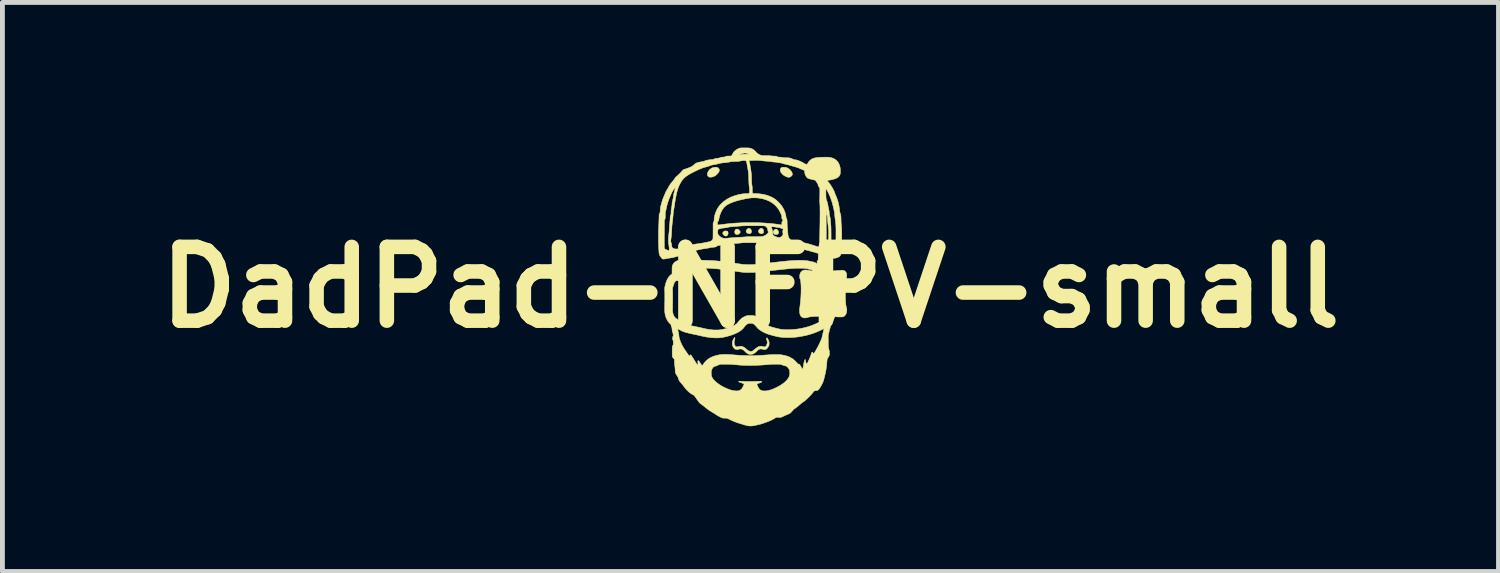
<source format=kicad_pcb>
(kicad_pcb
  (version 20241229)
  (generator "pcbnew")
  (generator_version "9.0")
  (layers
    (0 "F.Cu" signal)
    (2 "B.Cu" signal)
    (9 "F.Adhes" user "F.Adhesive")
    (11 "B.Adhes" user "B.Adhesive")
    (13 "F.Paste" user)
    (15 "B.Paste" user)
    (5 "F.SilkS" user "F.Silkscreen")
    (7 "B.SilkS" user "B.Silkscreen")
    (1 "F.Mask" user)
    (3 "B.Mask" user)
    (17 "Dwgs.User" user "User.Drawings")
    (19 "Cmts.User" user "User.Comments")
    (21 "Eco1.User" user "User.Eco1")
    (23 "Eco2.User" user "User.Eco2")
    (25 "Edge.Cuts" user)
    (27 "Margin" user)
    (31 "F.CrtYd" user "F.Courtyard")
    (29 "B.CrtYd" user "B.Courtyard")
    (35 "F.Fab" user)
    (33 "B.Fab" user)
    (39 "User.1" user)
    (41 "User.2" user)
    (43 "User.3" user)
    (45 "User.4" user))
  (footprint "DadPad-NFPV-small"
    (layer "F.Cu")
    (at 12.453 2.885)
    (property "Reference" "DadPad-NFPV-small" (at 0 0 0) (layer "F.SilkS") (effects (font (size 1.524 1.524) (thickness 0.3))))
    (attr through_hole)
    (fp_poly (pts (xy 0.533 -1.201) (xy 0.545 -1.196) (xy 0.556 -1.188) (xy 0.561 -1.183) (xy 0.571 -1.17) (xy 0.578 -1.156) (xy 0.582 -1.142) (xy 0.582 -1.14) (xy 0.581 -1.126) (xy 0.578 -1.114) (xy 0.571 -1.104) (xy 0.561 -1.096) (xy 0.559 -1.095) (xy 0.552 -1.093) (xy 0.543 -1.091) (xy 0.533 -1.091) (xy 0.522 -1.091) (xy 0.512 -1.092) (xy 0.506 -1.093) (xy 0.497 -1.097) (xy 0.488 -1.104) (xy 0.48 -1.112) (xy 0.474 -1.12) (xy 0.471 -1.131) (xy 0.47 -1.143) (xy 0.472 -1.155) (xy 0.475 -1.161) (xy 0.48 -1.17) (xy 0.487 -1.179) (xy 0.495 -1.187) (xy 0.504 -1.194) (xy 0.51 -1.198) (xy 0.522 -1.201) (xy 0.533 -1.201)) (stroke (width 0.01) (type solid)) (fill yes) (layer "F.SilkS"))
    (fp_poly (pts (xy -0.024 -1.218) (xy -0.012 -1.214) (xy -0.001 -1.207) (xy 0.002 -1.203) (xy 0.012 -1.191) (xy 0.018 -1.178) (xy 0.021 -1.163) (xy 0.021 -1.162) (xy 0.021 -1.146) (xy 0.019 -1.133) (xy 0.013 -1.123) (xy 0.006 -1.116) (xy -0.005 -1.111) (xy -0.018 -1.109) (xy -0.022 -1.109) (xy -0.031 -1.109) (xy -0.038 -1.109) (xy -0.043 -1.109) (xy -0.044 -1.11) (xy -0.055 -1.114) (xy -0.066 -1.121) (xy -0.076 -1.129) (xy -0.084 -1.138) (xy -0.086 -1.141) (xy -0.089 -1.152) (xy -0.089 -1.163) (xy -0.086 -1.174) (xy -0.086 -1.176) (xy -0.082 -1.182) (xy -0.076 -1.19) (xy -0.068 -1.198) (xy -0.061 -1.205) (xy -0.053 -1.212) (xy -0.047 -1.216) (xy -0.047 -1.216) (xy -0.036 -1.219) (xy -0.024 -1.218)) (stroke (width 0.01) (type solid)) (fill yes) (layer "F.SilkS"))
    (fp_poly (pts (xy -0.268 -1.202) (xy -0.262 -1.201) (xy -0.256 -1.199) (xy -0.253 -1.197) (xy -0.242 -1.189) (xy -0.232 -1.18) (xy -0.223 -1.17) (xy -0.217 -1.16) (xy -0.212 -1.15) (xy -0.211 -1.142) (xy -0.212 -1.134) (xy -0.216 -1.125) (xy -0.222 -1.117) (xy -0.228 -1.109) (xy -0.241 -1.1) (xy -0.254 -1.094) (xy -0.268 -1.091) (xy -0.272 -1.091) (xy -0.28 -1.091) (xy -0.287 -1.091) (xy -0.292 -1.092) (xy -0.292 -1.092) (xy -0.303 -1.097) (xy -0.313 -1.104) (xy -0.318 -1.111) (xy -0.321 -1.117) (xy -0.322 -1.122) (xy -0.323 -1.13) (xy -0.324 -1.137) (xy -0.324 -1.155) (xy -0.32 -1.17) (xy -0.315 -1.183) (xy -0.306 -1.193) (xy -0.299 -1.197) (xy -0.293 -1.2) (xy -0.288 -1.202) (xy -0.28 -1.203) (xy -0.276 -1.203) (xy -0.268 -1.202)) (stroke (width 0.01) (type solid)) (fill yes) (layer "F.SilkS"))
    (fp_poly (pts (xy -0.509 -1.164) (xy -0.507 -1.164) (xy -0.494 -1.163) (xy -0.484 -1.161) (xy -0.476 -1.157) (xy -0.47 -1.152) (xy -0.467 -1.146) (xy -0.464 -1.142) (xy -0.463 -1.137) (xy -0.462 -1.132) (xy -0.462 -1.123) (xy -0.462 -1.118) (xy -0.462 -1.108) (xy -0.463 -1.101) (xy -0.464 -1.096) (xy -0.465 -1.092) (xy -0.467 -1.087) (xy -0.476 -1.075) (xy -0.487 -1.065) (xy -0.494 -1.061) (xy -0.505 -1.058) (xy -0.515 -1.058) (xy -0.525 -1.061) (xy -0.53 -1.063) (xy -0.538 -1.069) (xy -0.547 -1.076) (xy -0.556 -1.085) (xy -0.563 -1.094) (xy -0.568 -1.101) (xy -0.569 -1.103) (xy -0.572 -1.114) (xy -0.571 -1.125) (xy -0.567 -1.136) (xy -0.56 -1.145) (xy -0.549 -1.154) (xy -0.54 -1.159) (xy -0.534 -1.162) (xy -0.529 -1.163) (xy -0.524 -1.164) (xy -0.518 -1.164) (xy -0.509 -1.164)) (stroke (width 0.01) (type solid)) (fill yes) (layer "F.SilkS"))
    (fp_poly (pts (xy 0.23 -1.219) (xy 0.241 -1.215) (xy 0.251 -1.208) (xy 0.26 -1.197) (xy 0.265 -1.189) (xy 0.268 -1.185) (xy 0.269 -1.181) (xy 0.27 -1.176) (xy 0.27 -1.17) (xy 0.271 -1.161) (xy 0.271 -1.155) (xy 0.271 -1.144) (xy 0.27 -1.137) (xy 0.27 -1.132) (xy 0.269 -1.128) (xy 0.267 -1.124) (xy 0.266 -1.123) (xy 0.261 -1.118) (xy 0.256 -1.113) (xy 0.255 -1.113) (xy 0.249 -1.111) (xy 0.24 -1.109) (xy 0.23 -1.109) (xy 0.22 -1.108) (xy 0.212 -1.109) (xy 0.208 -1.11) (xy 0.195 -1.115) (xy 0.183 -1.122) (xy 0.174 -1.132) (xy 0.168 -1.143) (xy 0.167 -1.145) (xy 0.165 -1.155) (xy 0.165 -1.164) (xy 0.168 -1.173) (xy 0.169 -1.176) (xy 0.174 -1.184) (xy 0.18 -1.192) (xy 0.188 -1.2) (xy 0.196 -1.208) (xy 0.203 -1.213) (xy 0.207 -1.216) (xy 0.219 -1.219) (xy 0.23 -1.219)) (stroke (width 0.01) (type solid)) (fill yes) (layer "F.SilkS"))
    (fp_poly (pts (xy 0.73 -2.478) (xy 0.747 -2.472) (xy 0.771 -2.461) (xy 0.794 -2.446) (xy 0.815 -2.429) (xy 0.833 -2.409) (xy 0.849 -2.388) (xy 0.861 -2.364) (xy 0.861 -2.364) (xy 0.864 -2.355) (xy 0.866 -2.347) (xy 0.867 -2.342) (xy 0.866 -2.33) (xy 0.862 -2.318) (xy 0.853 -2.305) (xy 0.846 -2.298) (xy 0.832 -2.286) (xy 0.817 -2.278) (xy 0.801 -2.274) (xy 0.783 -2.273) (xy 0.776 -2.274) (xy 0.767 -2.276) (xy 0.758 -2.278) (xy 0.754 -2.279) (xy 0.744 -2.283) (xy 0.732 -2.289) (xy 0.719 -2.295) (xy 0.706 -2.303) (xy 0.694 -2.31) (xy 0.686 -2.315) (xy 0.673 -2.326) (xy 0.659 -2.339) (xy 0.647 -2.353) (xy 0.636 -2.366) (xy 0.627 -2.38) (xy 0.62 -2.392) (xy 0.618 -2.398) (xy 0.616 -2.411) (xy 0.616 -2.426) (xy 0.619 -2.44) (xy 0.624 -2.454) (xy 0.632 -2.465) (xy 0.633 -2.466) (xy 0.637 -2.47) (xy 0.641 -2.473) (xy 0.646 -2.475) (xy 0.651 -2.477) (xy 0.657 -2.478) (xy 0.666 -2.478) (xy 0.677 -2.478) (xy 0.691 -2.478) (xy 0.73 -2.478)) (stroke (width 0.01) (type solid)) (fill yes) (layer "F.SilkS"))
    (fp_poly (pts (xy -0.709 -2.478) (xy -0.7 -2.478) (xy -0.694 -2.478) (xy -0.689 -2.477) (xy -0.685 -2.476) (xy -0.681 -2.475) (xy -0.678 -2.473) (xy -0.666 -2.465) (xy -0.655 -2.455) (xy -0.648 -2.443) (xy -0.647 -2.441) (xy -0.643 -2.43) (xy -0.643 -2.416) (xy -0.645 -2.403) (xy -0.648 -2.392) (xy -0.658 -2.376) (xy -0.67 -2.359) (xy -0.685 -2.342) (xy -0.692 -2.334) (xy -0.713 -2.315) (xy -0.735 -2.3) (xy -0.758 -2.289) (xy -0.781 -2.281) (xy -0.807 -2.276) (xy -0.821 -2.275) (xy -0.831 -2.275) (xy -0.839 -2.275) (xy -0.845 -2.276) (xy -0.85 -2.277) (xy -0.851 -2.278) (xy -0.864 -2.284) (xy -0.875 -2.293) (xy -0.884 -2.306) (xy -0.887 -2.313) (xy -0.89 -2.323) (xy -0.89 -2.335) (xy -0.889 -2.348) (xy -0.886 -2.362) (xy -0.883 -2.368) (xy -0.873 -2.391) (xy -0.859 -2.413) (xy -0.842 -2.432) (xy -0.822 -2.448) (xy -0.801 -2.461) (xy -0.777 -2.471) (xy -0.768 -2.474) (xy -0.762 -2.476) (xy -0.756 -2.477) (xy -0.749 -2.478) (xy -0.741 -2.478) (xy -0.73 -2.478) (xy -0.721 -2.478) (xy -0.709 -2.478)) (stroke (width 0.01) (type solid)) (fill yes) (layer "F.SilkS"))
    (fp_poly (pts (xy -0.323 1.04) (xy -0.32 1.047) (xy -0.32 1.056) (xy -0.322 1.068) (xy -0.326 1.082) (xy -0.331 1.1) (xy -0.334 1.115) (xy -0.336 1.13) (xy -0.336 1.145) (xy -0.336 1.148) (xy -0.333 1.168) (xy -0.328 1.187) (xy -0.32 1.203) (xy -0.31 1.216) (xy -0.307 1.22) (xy -0.301 1.225) (xy -0.295 1.228) (xy -0.288 1.23) (xy -0.279 1.231) (xy -0.269 1.23) (xy -0.256 1.227) (xy -0.243 1.224) (xy -0.226 1.22) (xy -0.212 1.218) (xy -0.199 1.217) (xy -0.187 1.218) (xy -0.175 1.221) (xy -0.174 1.221) (xy -0.158 1.227) (xy -0.143 1.234) (xy -0.126 1.244) (xy -0.109 1.257) (xy -0.09 1.273) (xy -0.089 1.273) (xy -0.074 1.286) (xy -0.062 1.296) (xy -0.051 1.304) (xy -0.041 1.31) (xy -0.032 1.315) (xy -0.023 1.319) (xy -0.018 1.321) (xy -0.000364 1.325) (xy 0.017 1.325) (xy 0.034 1.321) (xy 0.049 1.313) (xy 0.052 1.312) (xy 0.056 1.308) (xy 0.063 1.303) (xy 0.071 1.297) (xy 0.079 1.289) (xy 0.086 1.284) (xy 0.107 1.266) (xy 0.127 1.251) (xy 0.145 1.239) (xy 0.161 1.23) (xy 0.178 1.223) (xy 0.193 1.219) (xy 0.209 1.218) (xy 0.225 1.218) (xy 0.242 1.221) (xy 0.258 1.225) (xy 0.275 1.229) (xy 0.289 1.231) (xy 0.301 1.23) (xy 0.311 1.226) (xy 0.319 1.22) (xy 0.325 1.213) (xy 0.329 1.206) (xy 0.334 1.196) (xy 0.338 1.184) (xy 0.342 1.171) (xy 0.346 1.159) (xy 0.348 1.149) (xy 0.349 1.146) (xy 0.349 1.142) (xy 0.349 1.139) (xy 0.349 1.135) (xy 0.348 1.13) (xy 0.347 1.124) (xy 0.345 1.115) (xy 0.342 1.104) (xy 0.338 1.089) (xy 0.337 1.087) (xy 0.334 1.075) (xy 0.333 1.065) (xy 0.332 1.056) (xy 0.333 1.05) (xy 0.334 1.048) (xy 0.338 1.046) (xy 0.342 1.045) (xy 0.346 1.046) (xy 0.349 1.049) (xy 0.351 1.053) (xy 0.354 1.059) (xy 0.356 1.064) (xy 0.357 1.065) (xy 0.363 1.076) (xy 0.369 1.088) (xy 0.375 1.101) (xy 0.38 1.113) (xy 0.38 1.115) (xy 0.383 1.121) (xy 0.384 1.127) (xy 0.385 1.133) (xy 0.385 1.14) (xy 0.386 1.148) (xy 0.386 1.16) (xy 0.386 1.171) (xy 0.386 1.18) (xy 0.385 1.186) (xy 0.384 1.191) (xy 0.383 1.196) (xy 0.381 1.202) (xy 0.38 1.205) (xy 0.371 1.224) (xy 0.361 1.241) (xy 0.35 1.256) (xy 0.338 1.268) (xy 0.326 1.278) (xy 0.321 1.28) (xy 0.314 1.283) (xy 0.308 1.285) (xy 0.302 1.286) (xy 0.294 1.287) (xy 0.291 1.287) (xy 0.28 1.286) (xy 0.269 1.284) (xy 0.258 1.281) (xy 0.243 1.277) (xy 0.227 1.275) (xy 0.212 1.274) (xy 0.199 1.275) (xy 0.197 1.276) (xy 0.188 1.278) (xy 0.179 1.282) (xy 0.171 1.286) (xy 0.162 1.292) (xy 0.153 1.3) (xy 0.142 1.31) (xy 0.132 1.319) (xy 0.116 1.334) (xy 0.103 1.346) (xy 0.09 1.356) (xy 0.079 1.364) (xy 0.068 1.37) (xy 0.058 1.376) (xy 0.047 1.38) (xy 0.042 1.381) (xy 0.03 1.384) (xy 0.015 1.386) (xy -0.000062 1.387) (xy -0.014 1.386) (xy -0.025 1.384) (xy -0.041 1.379) (xy -0.057 1.372) (xy -0.074 1.361) (xy -0.091 1.347) (xy -0.108 1.33) (xy -0.114 1.325) (xy -0.129 1.309) (xy -0.143 1.297) (xy -0.156 1.288) (xy -0.169 1.281) (xy -0.182 1.277) (xy -0.197 1.275) (xy -0.201 1.274) (xy -0.209 1.274) (xy -0.216 1.274) (xy -0.223 1.275) (xy -0.231 1.277) (xy -0.242 1.28) (xy -0.243 1.28) (xy -0.262 1.284) (xy -0.279 1.286) (xy -0.294 1.285) (xy -0.307 1.281) (xy -0.319 1.275) (xy -0.331 1.265) (xy -0.332 1.265) (xy -0.344 1.252) (xy -0.355 1.236) (xy -0.364 1.218) (xy -0.371 1.2) (xy -0.375 1.181) (xy -0.375 1.181) (xy -0.376 1.16) (xy -0.374 1.138) (xy -0.369 1.115) (xy -0.361 1.092) (xy -0.349 1.069) (xy -0.337 1.05) (xy -0.327 1.035) (xy -0.323 1.04)) (stroke (width 0.01) (type solid)) (fill yes) (layer "F.SilkS"))
    (fp_poly (pts (xy -0.114 -2.88) (xy -0.096 -2.88) (xy -0.079 -2.88) (xy -0.063 -2.879) (xy -0.049 -2.879) (xy -0.037 -2.878) (xy -0.028 -2.877) (xy -0.024 -2.877) (xy -0.001 -2.872) (xy 0.022 -2.865) (xy 0.042 -2.856) (xy 0.046 -2.854) (xy 0.057 -2.847) (xy 0.069 -2.839) (xy 0.08 -2.83) (xy 0.09 -2.821) (xy 0.097 -2.814) (xy 0.098 -2.813) (xy 0.119 -2.789) (xy 0.141 -2.769) (xy 0.164 -2.752) (xy 0.188 -2.739) (xy 0.21 -2.73) (xy 0.221 -2.727) (xy 0.23 -2.724) (xy 0.24 -2.722) (xy 0.251 -2.721) (xy 0.262 -2.72) (xy 0.276 -2.72) (xy 0.292 -2.72) (xy 0.311 -2.72) (xy 0.319 -2.721) (xy 0.331 -2.721) (xy 0.342 -2.721) (xy 0.353 -2.721) (xy 0.363 -2.721) (xy 0.375 -2.72) (xy 0.388 -2.719) (xy 0.403 -2.717) (xy 0.42 -2.715) (xy 0.441 -2.713) (xy 0.442 -2.713) (xy 0.454 -2.712) (xy 0.469 -2.711) (xy 0.485 -2.71) (xy 0.5 -2.71) (xy 0.501 -2.71) (xy 0.513 -2.71) (xy 0.522 -2.709) (xy 0.529 -2.709) (xy 0.534 -2.708) (xy 0.537 -2.708) (xy 0.54 -2.706) (xy 0.542 -2.705) (xy 0.552 -2.699) (xy 0.56 -2.695) (xy 0.567 -2.693) (xy 0.573 -2.691) (xy 0.579 -2.69) (xy 0.587 -2.69) (xy 0.595 -2.689) (xy 0.607 -2.689) (xy 0.62 -2.688) (xy 0.632 -2.687) (xy 0.639 -2.686) (xy 0.65 -2.684) (xy 0.663 -2.682) (xy 0.675 -2.68) (xy 0.679 -2.679) (xy 0.69 -2.678) (xy 0.705 -2.677) (xy 0.723 -2.676) (xy 0.744 -2.676) (xy 0.746 -2.676) (xy 0.767 -2.675) (xy 0.785 -2.675) (xy 0.8 -2.673) (xy 0.814 -2.671) (xy 0.828 -2.667) (xy 0.841 -2.663) (xy 0.856 -2.657) (xy 0.873 -2.649) (xy 0.879 -2.646) (xy 0.89 -2.641) (xy 0.897 -2.638) (xy 0.903 -2.636) (xy 0.908 -2.635) (xy 0.913 -2.634) (xy 0.918 -2.634) (xy 0.92 -2.634) (xy 0.935 -2.633) (xy 0.952 -2.63) (xy 0.968 -2.626) (xy 0.979 -2.623) (xy 0.99 -2.619) (xy 1.003 -2.613) (xy 1.017 -2.607) (xy 1.032 -2.6) (xy 1.047 -2.594) (xy 1.06 -2.587) (xy 1.073 -2.581) (xy 1.083 -2.575) (xy 1.089 -2.572) (xy 1.098 -2.566) (xy 1.107 -2.561) (xy 1.115 -2.556) (xy 1.119 -2.554) (xy 1.126 -2.551) (xy 1.135 -2.547) (xy 1.144 -2.544) (xy 1.152 -2.541) (xy 1.159 -2.538) (xy 1.165 -2.537) (xy 1.168 -2.537) (xy 1.168 -2.537) (xy 1.169 -2.54) (xy 1.173 -2.546) (xy 1.178 -2.554) (xy 1.184 -2.562) (xy 1.19 -2.572) (xy 1.196 -2.581) (xy 1.202 -2.59) (xy 1.208 -2.597) (xy 1.211 -2.601) (xy 1.229 -2.62) (xy 1.248 -2.636) (xy 1.269 -2.65) (xy 1.293 -2.661) (xy 1.317 -2.668) (xy 1.33 -2.672) (xy 1.344 -2.675) (xy 1.358 -2.677) (xy 1.374 -2.679) (xy 1.391 -2.681) (xy 1.41 -2.683) (xy 1.432 -2.684) (xy 1.457 -2.685) (xy 1.485 -2.686) (xy 1.498 -2.687) (xy 1.526 -2.688) (xy 1.549 -2.688) (xy 1.57 -2.688) (xy 1.588 -2.688) (xy 1.605 -2.687) (xy 1.619 -2.686) (xy 1.632 -2.685) (xy 1.645 -2.683) (xy 1.655 -2.681) (xy 1.687 -2.672) (xy 1.716 -2.661) (xy 1.742 -2.647) (xy 1.766 -2.63) (xy 1.788 -2.61) (xy 1.806 -2.588) (xy 1.822 -2.562) (xy 1.835 -2.535) (xy 1.845 -2.505) (xy 1.853 -2.473) (xy 1.857 -2.438) (xy 1.859 -2.401) (xy 1.858 -2.376) (xy 1.857 -2.365) (xy 1.856 -2.354) (xy 1.855 -2.345) (xy 1.853 -2.338) (xy 1.853 -2.338) (xy 1.847 -2.32) (xy 1.839 -2.304) (xy 1.827 -2.289) (xy 1.813 -2.276) (xy 1.795 -2.264) (xy 1.779 -2.255) (xy 1.759 -2.246) (xy 1.735 -2.238) (xy 1.709 -2.23) (xy 1.681 -2.223) (xy 1.65 -2.217) (xy 1.618 -2.212) (xy 1.614 -2.212) (xy 1.606 -2.211) (xy 1.599 -2.21) (xy 1.594 -2.209) (xy 1.593 -2.209) (xy 1.589 -2.207) (xy 1.589 -2.202) (xy 1.591 -2.196) (xy 1.597 -2.189) (xy 1.598 -2.187) (xy 1.609 -2.174) (xy 1.622 -2.159) (xy 1.634 -2.144) (xy 1.645 -2.128) (xy 1.652 -2.118) (xy 1.673 -2.086) (xy 1.691 -2.056) (xy 1.707 -2.028) (xy 1.72 -2.003) (xy 1.731 -1.979) (xy 1.74 -1.958) (xy 1.747 -1.937) (xy 1.748 -1.933) (xy 1.751 -1.922) (xy 1.756 -1.91) (xy 1.761 -1.899) (xy 1.762 -1.898) (xy 1.771 -1.879) (xy 1.78 -1.857) (xy 1.789 -1.832) (xy 1.798 -1.805) (xy 1.807 -1.777) (xy 1.815 -1.747) (xy 1.822 -1.717) (xy 1.828 -1.687) (xy 1.833 -1.658) (xy 1.837 -1.631) (xy 1.839 -1.617) (xy 1.841 -1.598) (xy 1.843 -1.582) (xy 1.844 -1.569) (xy 1.847 -1.557) (xy 1.849 -1.547) (xy 1.852 -1.538) (xy 1.855 -1.528) (xy 1.855 -1.527) (xy 1.859 -1.517) (xy 1.862 -1.508) (xy 1.864 -1.499) (xy 1.866 -1.49) (xy 1.868 -1.48) (xy 1.869 -1.469) (xy 1.87 -1.456) (xy 1.87 -1.441) (xy 1.871 -1.423) (xy 1.872 -1.402) (xy 1.872 -1.399) (xy 1.872 -1.378) (xy 1.873 -1.359) (xy 1.874 -1.341) (xy 1.875 -1.325) (xy 1.875 -1.313) (xy 1.876 -1.304) (xy 1.876 -1.303) (xy 1.879 -1.275) (xy 1.882 -1.244) (xy 1.884 -1.21) (xy 1.885 -1.173) (xy 1.886 -1.133) (xy 1.886 -1.089) (xy 1.886 -1.041) (xy 1.885 -0.996) (xy 1.885 -0.973) (xy 1.885 -0.948) (xy 1.884 -0.923) (xy 1.884 -0.897) (xy 1.884 -0.872) (xy 1.884 -0.849) (xy 1.884 -0.829) (xy 1.884 -0.816) (xy 1.884 -0.794) (xy 1.883 -0.775) (xy 1.883 -0.759) (xy 1.883 -0.746) (xy 1.882 -0.734) (xy 1.881 -0.724) (xy 1.879 -0.716) (xy 1.878 -0.708) (xy 1.876 -0.701) (xy 1.873 -0.693) (xy 1.871 -0.688) (xy 1.863 -0.669) (xy 1.854 -0.653) (xy 1.844 -0.64) (xy 1.842 -0.639) (xy 1.835 -0.633) (xy 1.825 -0.627) (xy 1.812 -0.621) (xy 1.798 -0.615) (xy 1.783 -0.61) (xy 1.768 -0.606) (xy 1.754 -0.602) (xy 1.741 -0.6) (xy 1.734 -0.6) (xy 1.726 -0.6) (xy 1.717 -0.601) (xy 1.707 -0.603) (xy 1.696 -0.606) (xy 1.682 -0.61) (xy 1.666 -0.615) (xy 1.657 -0.617) (xy 1.643 -0.622) (xy 1.629 -0.626) (xy 1.615 -0.631) (xy 1.603 -0.635) (xy 1.593 -0.637) (xy 1.592 -0.638) (xy 1.583 -0.641) (xy 1.575 -0.643) (xy 1.569 -0.645) (xy 1.566 -0.646) (xy 1.566 -0.646) (xy 1.565 -0.646) (xy 1.564 -0.645) (xy 1.564 -0.643) (xy 1.563 -0.638) (xy 1.563 -0.632) (xy 1.563 -0.622) (xy 1.563 -0.609) (xy 1.564 -0.602) (xy 1.564 -0.586) (xy 1.564 -0.573) (xy 1.565 -0.563) (xy 1.566 -0.553) (xy 1.567 -0.544) (xy 1.568 -0.534) (xy 1.57 -0.522) (xy 1.57 -0.522) (xy 1.574 -0.498) (xy 1.578 -0.477) (xy 1.58 -0.457) (xy 1.582 -0.437) (xy 1.583 -0.417) (xy 1.584 -0.395) (xy 1.584 -0.382) (xy 1.585 -0.331) (xy 1.597 -0.332) (xy 1.617 -0.333) (xy 1.641 -0.334) (xy 1.667 -0.336) (xy 1.695 -0.338) (xy 1.726 -0.34) (xy 1.757 -0.342) (xy 1.789 -0.345) (xy 1.821 -0.347) (xy 1.843 -0.349) (xy 1.86 -0.35) (xy 1.873 -0.351) (xy 1.884 -0.352) (xy 1.892 -0.353) (xy 1.899 -0.353) (xy 1.904 -0.353) (xy 1.908 -0.352) (xy 1.912 -0.352) (xy 1.916 -0.351) (xy 1.934 -0.345) (xy 1.951 -0.335) (xy 1.964 -0.323) (xy 1.975 -0.308) (xy 1.983 -0.291) (xy 1.986 -0.282) (xy 1.988 -0.272) (xy 1.989 -0.258) (xy 1.989 -0.243) (xy 1.988 -0.227) (xy 1.987 -0.21) (xy 1.986 -0.208) (xy 1.982 -0.173) (xy 1.977 -0.134) (xy 1.974 -0.093) (xy 1.97 -0.05) (xy 1.967 -0.006) (xy 1.965 0.039) (xy 1.963 0.083) (xy 1.962 0.127) (xy 1.961 0.17) (xy 1.961 0.177) (xy 1.962 0.218) (xy 1.963 0.255) (xy 1.964 0.289) (xy 1.967 0.321) (xy 1.97 0.349) (xy 1.973 0.375) (xy 1.978 0.399) (xy 1.984 0.421) (xy 1.986 0.43) (xy 1.989 0.44) (xy 1.99 0.449) (xy 1.991 0.46) (xy 1.991 0.472) (xy 1.989 0.487) (xy 1.989 0.49) (xy 1.985 0.516) (xy 1.979 0.539) (xy 1.97 0.559) (xy 1.959 0.576) (xy 1.947 0.59) (xy 1.932 0.601) (xy 1.916 0.608) (xy 1.905 0.611) (xy 1.899 0.612) (xy 1.888 0.613) (xy 1.875 0.613) (xy 1.86 0.613) (xy 1.843 0.613) (xy 1.824 0.613) (xy 1.805 0.612) (xy 1.786 0.611) (xy 1.782 0.611) (xy 1.768 0.61) (xy 1.757 0.609) (xy 1.749 0.609) (xy 1.743 0.609) (xy 1.74 0.61) (xy 1.738 0.611) (xy 1.737 0.613) (xy 1.737 0.616) (xy 1.737 0.616) (xy 1.736 0.621) (xy 1.734 0.628) (xy 1.731 0.637) (xy 1.727 0.648) (xy 1.723 0.658) (xy 1.719 0.668) (xy 1.716 0.675) (xy 1.706 0.693) (xy 1.696 0.709) (xy 1.683 0.725) (xy 1.672 0.739) (xy 1.655 0.758) (xy 1.655 0.772) (xy 1.654 0.781) (xy 1.653 0.791) (xy 1.652 0.797) (xy 1.651 0.804) (xy 1.649 0.813) (xy 1.648 0.823) (xy 1.647 0.828) (xy 1.646 0.84) (xy 1.644 0.849) (xy 1.641 0.856) (xy 1.637 0.864) (xy 1.635 0.866) (xy 1.633 0.871) (xy 1.631 0.881) (xy 1.631 0.886) (xy 1.629 0.897) (xy 1.626 0.912) (xy 1.622 0.929) (xy 1.621 0.933) (xy 1.617 0.949) (xy 1.613 0.963) (xy 1.61 0.977) (xy 1.608 0.992) (xy 1.607 1.007) (xy 1.607 1.023) (xy 1.606 1.042) (xy 1.607 1.063) (xy 1.608 1.087) (xy 1.608 1.104) (xy 1.609 1.118) (xy 1.609 1.13) (xy 1.609 1.137) (xy 1.608 1.141) (xy 1.607 1.146) (xy 1.607 1.153) (xy 1.607 1.163) (xy 1.608 1.175) (xy 1.608 1.188) (xy 1.609 1.202) (xy 1.61 1.215) (xy 1.611 1.228) (xy 1.612 1.239) (xy 1.613 1.248) (xy 1.613 1.248) (xy 1.614 1.256) (xy 1.617 1.267) (xy 1.62 1.28) (xy 1.623 1.292) (xy 1.624 1.297) (xy 1.627 1.309) (xy 1.629 1.318) (xy 1.631 1.325) (xy 1.632 1.333) (xy 1.632 1.341) (xy 1.632 1.351) (xy 1.632 1.359) (xy 1.632 1.371) (xy 1.632 1.381) (xy 1.632 1.388) (xy 1.631 1.394) (xy 1.629 1.399) (xy 1.628 1.405) (xy 1.622 1.42) (xy 1.616 1.433) (xy 1.608 1.446) (xy 1.603 1.453) (xy 1.597 1.461) (xy 1.593 1.468) (xy 1.589 1.475) (xy 1.587 1.482) (xy 1.585 1.492) (xy 1.583 1.503) (xy 1.582 1.517) (xy 1.581 1.526) (xy 1.577 1.575) (xy 1.573 1.621) (xy 1.567 1.664) (xy 1.561 1.707) (xy 1.553 1.748) (xy 1.544 1.79) (xy 1.534 1.833) (xy 1.531 1.846) (xy 1.526 1.867) (xy 1.521 1.885) (xy 1.517 1.899) (xy 1.514 1.912) (xy 1.511 1.923) (xy 1.508 1.932) (xy 1.505 1.941) (xy 1.501 1.95) (xy 1.498 1.959) (xy 1.493 1.969) (xy 1.492 1.971) (xy 1.484 1.99) (xy 1.474 2.01) (xy 1.464 2.029) (xy 1.452 2.049) (xy 1.441 2.067) (xy 1.43 2.083) (xy 1.42 2.098) (xy 1.411 2.109) (xy 1.409 2.11) (xy 1.399 2.12) (xy 1.389 2.127) (xy 1.377 2.132) (xy 1.364 2.134) (xy 1.353 2.135) (xy 1.342 2.135) (xy 1.333 2.137) (xy 1.325 2.139) (xy 1.318 2.144) (xy 1.31 2.15) (xy 1.302 2.159) (xy 1.293 2.171) (xy 1.291 2.173) (xy 1.28 2.188) (xy 1.267 2.203) (xy 1.253 2.218) (xy 1.238 2.235) (xy 1.22 2.253) (xy 1.206 2.267) (xy 1.187 2.286) (xy 1.17 2.302) (xy 1.155 2.316) (xy 1.142 2.328) (xy 1.131 2.338) (xy 1.122 2.346) (xy 1.114 2.353) (xy 1.106 2.358) (xy 1.1 2.363) (xy 1.093 2.366) (xy 1.092 2.367) (xy 1.083 2.372) (xy 1.074 2.378) (xy 1.067 2.384) (xy 1.064 2.386) (xy 1.058 2.392) (xy 1.051 2.398) (xy 1.046 2.402) (xy 1.041 2.405) (xy 1.035 2.411) (xy 1.027 2.418) (xy 1.018 2.425) (xy 1.018 2.426) (xy 1.006 2.436) (xy 0.994 2.446) (xy 0.981 2.457) (xy 0.968 2.467) (xy 0.955 2.477) (xy 0.943 2.487) (xy 0.933 2.495) (xy 0.924 2.501) (xy 0.917 2.505) (xy 0.916 2.506) (xy 0.904 2.513) (xy 0.895 2.521) (xy 0.887 2.528) (xy 0.881 2.536) (xy 0.876 2.543) (xy 0.871 2.549) (xy 0.867 2.552) (xy 0.863 2.556) (xy 0.858 2.562) (xy 0.852 2.569) (xy 0.849 2.572) (xy 0.842 2.581) (xy 0.834 2.589) (xy 0.825 2.596) (xy 0.815 2.603) (xy 0.803 2.61) (xy 0.788 2.617) (xy 0.771 2.625) (xy 0.75 2.634) (xy 0.747 2.635) (xy 0.735 2.64) (xy 0.723 2.645) (xy 0.711 2.65) (xy 0.699 2.656) (xy 0.685 2.663) (xy 0.668 2.671) (xy 0.658 2.676) (xy 0.644 2.682) (xy 0.627 2.686) (xy 0.608 2.689) (xy 0.59 2.689) (xy 0.573 2.688) (xy 0.561 2.686) (xy 0.555 2.684) (xy 0.55 2.683) (xy 0.544 2.684) (xy 0.538 2.685) (xy 0.532 2.688) (xy 0.523 2.693) (xy 0.513 2.699) (xy 0.501 2.706) (xy 0.483 2.717) (xy 0.465 2.727) (xy 0.447 2.737) (xy 0.428 2.746) (xy 0.408 2.755) (xy 0.386 2.765) (xy 0.362 2.774) (xy 0.335 2.785) (xy 0.306 2.795) (xy 0.282 2.803) (xy 0.261 2.811) (xy 0.243 2.817) (xy 0.226 2.822) (xy 0.212 2.826) (xy 0.199 2.83) (xy 0.187 2.833) (xy 0.16 2.839) (xy 0.136 2.844) (xy 0.116 2.849) (xy 0.099 2.853) (xy 0.084 2.856) (xy 0.072 2.858) (xy 0.062 2.86) (xy 0.06 2.86) (xy 0.045 2.862) (xy 0.03 2.864) (xy 0.015 2.865) (xy 0.001 2.865) (xy -0.011 2.865) (xy -0.014 2.865) (xy -0.028 2.864) (xy -0.043 2.862) (xy -0.058 2.859) (xy -0.075 2.856) (xy -0.092 2.851) (xy -0.113 2.846) (xy -0.136 2.839) (xy -0.148 2.836) (xy -0.182 2.825) (xy -0.212 2.816) (xy -0.24 2.807) (xy -0.266 2.799) (xy -0.29 2.79) (xy -0.312 2.782) (xy -0.333 2.774) (xy -0.354 2.765) (xy -0.375 2.756) (xy -0.396 2.747) (xy -0.418 2.736) (xy -0.424 2.733) (xy -0.44 2.726) (xy -0.454 2.719) (xy -0.465 2.714) (xy -0.474 2.71) (xy -0.482 2.708) (xy -0.49 2.706) (xy -0.497 2.704) (xy -0.505 2.704) (xy -0.514 2.703) (xy -0.525 2.703) (xy -0.53 2.703) (xy -0.544 2.703) (xy -0.554 2.703) (xy -0.561 2.702) (xy -0.567 2.702) (xy -0.572 2.701) (xy -0.577 2.7) (xy -0.582 2.698) (xy -0.595 2.693) (xy -0.611 2.686) (xy -0.627 2.678) (xy -0.644 2.67) (xy -0.661 2.661) (xy -0.665 2.658) (xy -0.673 2.654) (xy -0.68 2.65) (xy -0.686 2.647) (xy -0.689 2.646) (xy -0.689 2.646) (xy -0.691 2.644) (xy -0.695 2.642) (xy -0.701 2.637) (xy -0.706 2.634) (xy -0.715 2.628) (xy -0.723 2.622) (xy -0.733 2.615) (xy -0.744 2.608) (xy -0.757 2.6) (xy -0.773 2.591) (xy -0.791 2.579) (xy -0.793 2.578) (xy -0.821 2.561) (xy -0.845 2.546) (xy -0.866 2.532) (xy -0.884 2.518) (xy -0.901 2.506) (xy -0.905 2.502) (xy -0.915 2.494) (xy -0.927 2.485) (xy -0.939 2.475) (xy -0.95 2.466) (xy -0.952 2.464) (xy -0.961 2.457) (xy -0.971 2.449) (xy -0.982 2.441) (xy -0.994 2.432) (xy -1.007 2.422) (xy -1.023 2.41) (xy -1.037 2.4) (xy -1.045 2.394) (xy -1.051 2.388) (xy -1.055 2.383) (xy -1.056 2.382) (xy -1.058 2.378) (xy -1.063 2.372) (xy -1.069 2.364) (xy -1.076 2.354) (xy -1.083 2.344) (xy -1.086 2.341) (xy -1.095 2.328) (xy -1.105 2.314) (xy -1.116 2.3) (xy -1.125 2.286) (xy -1.132 2.276) (xy -1.142 2.263) (xy -1.149 2.252) (xy -1.156 2.244) (xy -1.162 2.237) (xy -1.168 2.232) (xy -1.174 2.227) (xy -1.181 2.223) (xy -1.19 2.219) (xy -1.19 2.218) (xy -1.22 2.202) (xy -1.248 2.182) (xy -1.276 2.16) (xy -1.3 2.136) (xy -1.312 2.124) (xy -1.324 2.112) (xy -1.335 2.099) (xy -1.347 2.085) (xy -1.359 2.069) (xy -1.374 2.05) (xy -1.382 2.039) (xy -1.392 2.027) (xy -1.401 2.014) (xy -1.411 2.002) (xy -1.42 1.992) (xy -1.427 1.983) (xy -1.429 1.981) (xy -1.445 1.963) (xy -1.459 1.946) (xy -1.47 1.93) (xy -1.478 1.914) (xy -1.485 1.897) (xy -1.49 1.881) (xy -1.493 1.871) (xy -1.495 1.863) (xy -1.498 1.855) (xy -1.503 1.847) (xy -1.508 1.838) (xy -1.515 1.828) (xy -1.517 1.825) (xy -1.525 1.813) (xy -1.531 1.804) (xy -1.536 1.795) (xy -1.54 1.787) (xy -1.543 1.777) (xy -1.546 1.77) (xy -0.81 1.77) (xy -0.809 1.789) (xy -0.809 1.804) (xy -0.807 1.818) (xy -0.804 1.83) (xy -0.8 1.842) (xy -0.794 1.855) (xy -0.792 1.861) (xy -0.784 1.876) (xy -0.774 1.891) (xy -0.763 1.905) (xy -0.749 1.92) (xy -0.735 1.934) (xy -0.712 1.956) (xy -0.687 1.977) (xy -0.661 1.996) (xy -0.639 2.011) (xy -0.624 2.021) (xy -0.611 2.03) (xy -0.598 2.037) (xy -0.585 2.044) (xy -0.571 2.052) (xy -0.556 2.06) (xy -0.538 2.069) (xy -0.533 2.071) (xy -0.495 2.089) (xy -0.46 2.103) (xy -0.426 2.116) (xy -0.394 2.125) (xy -0.363 2.133) (xy -0.333 2.138) (xy -0.318 2.139) (xy -0.305 2.14) (xy -0.291 2.141) (xy -0.277 2.14) (xy -0.263 2.14) (xy -0.252 2.139) (xy -0.243 2.137) (xy -0.24 2.136) (xy -0.221 2.129) (xy -0.203 2.118) (xy -0.187 2.104) (xy -0.173 2.088) (xy -0.171 2.085) (xy -0.168 2.079) (xy -0.163 2.071) (xy -0.158 2.061) (xy -0.153 2.05) (xy -0.147 2.039) (xy -0.142 2.029) (xy -0.138 2.019) (xy -0.135 2.011) (xy -0.133 2.006) (xy -0.133 2.004) (xy -0.134 1.999) (xy -0.136 1.995) (xy -0.14 1.992) (xy -0.147 1.989) (xy -0.155 1.985) (xy -0.166 1.981) (xy -0.176 1.977) (xy -0.186 1.973) (xy -0.195 1.97) (xy -0.202 1.969) (xy -0.211 1.967) (xy -0.219 1.965) (xy -0.224 1.962) (xy -0.229 1.959) (xy -0.234 1.954) (xy -0.239 1.949) (xy -0.243 1.944) (xy -0.244 1.941) (xy -0.243 1.941) (xy -0.24 1.94) (xy -0.235 1.94) (xy -0.227 1.94) (xy -0.216 1.941) (xy -0.202 1.941) (xy -0.185 1.942) (xy -0.165 1.943) (xy -0.145 1.944) (xy -0.13 1.945) (xy -0.113 1.945) (xy -0.092 1.945) (xy -0.069 1.946) (xy -0.044 1.946) (xy -0.017 1.945) (xy 0.012 1.945) (xy 0.041 1.945) (xy 0.07 1.944) (xy 0.099 1.944) (xy 0.127 1.943) (xy 0.155 1.942) (xy 0.158 1.942) (xy 0.176 1.941) (xy 0.192 1.941) (xy 0.204 1.94) (xy 0.213 1.94) (xy 0.22 1.941) (xy 0.225 1.941) (xy 0.228 1.942) (xy 0.229 1.944) (xy 0.23 1.946) (xy 0.231 1.948) (xy 0.231 1.949) (xy 0.23 1.955) (xy 0.228 1.959) (xy 0.223 1.963) (xy 0.216 1.966) (xy 0.206 1.969) (xy 0.204 1.97) (xy 0.196 1.972) (xy 0.189 1.976) (xy 0.183 1.979) (xy 0.176 1.982) (xy 0.167 1.985) (xy 0.162 1.986) (xy 0.151 1.989) (xy 0.144 1.992) (xy 0.138 1.996) (xy 0.136 2.002) (xy 0.136 2.01) (xy 0.138 2.019) (xy 0.143 2.031) (xy 0.15 2.046) (xy 0.153 2.052) (xy 0.164 2.072) (xy 0.175 2.09) (xy 0.186 2.104) (xy 0.198 2.116) (xy 0.211 2.124) (xy 0.224 2.131) (xy 0.24 2.136) (xy 0.258 2.139) (xy 0.279 2.141) (xy 0.281 2.141) (xy 0.311 2.141) (xy 0.342 2.138) (xy 0.374 2.132) (xy 0.409 2.122) (xy 0.446 2.11) (xy 0.484 2.094) (xy 0.525 2.076) (xy 0.532 2.072) (xy 0.575 2.05) (xy 0.613 2.029) (xy 0.648 2.007) (xy 0.679 1.984) (xy 0.708 1.961) (xy 0.733 1.938) (xy 0.755 1.914) (xy 0.775 1.888) (xy 0.782 1.878) (xy 0.795 1.856) (xy 0.804 1.834) (xy 0.81 1.81) (xy 0.813 1.785) (xy 0.813 1.772) (xy 0.812 1.745) (xy 0.807 1.721) (xy 0.8 1.698) (xy 0.788 1.677) (xy 0.774 1.658) (xy 0.764 1.648) (xy 0.759 1.643) (xy 0.754 1.638) (xy 0.751 1.636) (xy 0.75 1.635) (xy 0.747 1.634) (xy 0.743 1.632) (xy 0.741 1.631) (xy 0.735 1.628) (xy 0.727 1.625) (xy 0.721 1.624) (xy 0.715 1.622) (xy 0.706 1.62) (xy 0.696 1.617) (xy 0.684 1.613) (xy 0.672 1.609) (xy 0.66 1.605) (xy 0.648 1.602) (xy 0.638 1.598) (xy 0.631 1.595) (xy 0.626 1.593) (xy 0.625 1.593) (xy 0.624 1.592) (xy 0.622 1.591) (xy 0.619 1.591) (xy 0.614 1.59) (xy 0.609 1.59) (xy 0.601 1.59) (xy 0.59 1.59) (xy 0.578 1.59) (xy 0.562 1.589) (xy 0.543 1.589) (xy 0.526 1.589) (xy 0.503 1.589) (xy 0.484 1.59) (xy 0.468 1.59) (xy 0.454 1.59) (xy 0.442 1.59) (xy 0.431 1.59) (xy 0.421 1.591) (xy 0.411 1.592) (xy 0.4 1.593) (xy 0.389 1.594) (xy 0.376 1.595) (xy 0.298 1.602) (xy 0.219 1.607) (xy 0.139 1.611) (xy 0.059 1.613) (xy -0.02 1.614) (xy -0.096 1.613) (xy -0.107 1.612) (xy -0.128 1.612) (xy -0.146 1.611) (xy -0.163 1.61) (xy -0.18 1.61) (xy -0.195 1.609) (xy -0.211 1.608) (xy -0.228 1.607) (xy -0.247 1.605) (xy -0.267 1.603) (xy -0.29 1.601) (xy -0.316 1.599) (xy -0.322 1.598) (xy -0.344 1.596) (xy -0.362 1.595) (xy -0.379 1.593) (xy -0.394 1.592) (xy -0.408 1.591) (xy -0.422 1.591) (xy -0.437 1.59) (xy -0.453 1.59) (xy -0.471 1.59) (xy -0.491 1.59) (xy -0.514 1.59) (xy -0.521 1.59) (xy -0.618 1.589) (xy -0.639 1.596) (xy -0.649 1.599) (xy -0.659 1.603) (xy -0.667 1.607) (xy -0.671 1.609) (xy -0.678 1.613) (xy -0.686 1.616) (xy -0.69 1.618) (xy -0.697 1.62) (xy -0.702 1.623) (xy -0.703 1.623) (xy -0.708 1.625) (xy -0.711 1.626) (xy -0.715 1.627) (xy -0.72 1.629) (xy -0.722 1.63) (xy -0.728 1.632) (xy -0.733 1.633) (xy -0.734 1.633) (xy -0.738 1.634) (xy -0.743 1.636) (xy -0.749 1.638) (xy -0.753 1.639) (xy -0.757 1.641) (xy -0.762 1.645) (xy -0.768 1.652) (xy -0.775 1.66) (xy -0.782 1.669) (xy -0.788 1.678) (xy -0.793 1.687) (xy -0.794 1.689) (xy -0.799 1.7) (xy -0.803 1.71) (xy -0.806 1.72) (xy -0.808 1.73) (xy -0.809 1.741) (xy -0.81 1.755) (xy -0.81 1.77) (xy -1.546 1.77) (xy -1.547 1.766) (xy -1.549 1.759) (xy -1.551 1.753) (xy -1.552 1.747) (xy -1.553 1.741) (xy -1.554 1.733) (xy -1.554 1.724) (xy -1.555 1.712) (xy -1.555 1.705) (xy -1.556 1.685) (xy -1.558 1.662) (xy -1.561 1.639) (xy -1.563 1.616) (xy -1.563 1.616) (xy -1.566 1.595) (xy -1.568 1.576) (xy -1.569 1.559) (xy -1.57 1.542) (xy -1.57 1.529) (xy -1.57 1.515) (xy -1.571 1.504) (xy -1.572 1.495) (xy -1.573 1.489) (xy -1.575 1.483) (xy -1.578 1.478) (xy -1.583 1.473) (xy -1.588 1.467) (xy -1.591 1.465) (xy -1.602 1.453) (xy -1.609 1.441) (xy -1.614 1.429) (xy -1.615 1.426) (xy -1.615 1.42) (xy -1.615 1.41) (xy -1.615 1.398) (xy -1.616 1.383) (xy -1.616 1.367) (xy -1.616 1.349) (xy -1.616 1.333) (xy -1.616 1.309) (xy -1.616 1.289) (xy -1.615 1.273) (xy -1.615 1.259) (xy -1.615 1.247) (xy -1.614 1.238) (xy -1.613 1.23) (xy -1.612 1.223) (xy -1.61 1.217) (xy -1.608 1.212) (xy -1.606 1.207) (xy -1.603 1.202) (xy -1.602 1.2) (xy -1.593 1.185) (xy -1.594 1.146) (xy -1.594 1.133) (xy -1.594 1.123) (xy -1.594 1.115) (xy -1.595 1.11) (xy -1.596 1.106) (xy -1.597 1.102) (xy -1.598 1.098) (xy -1.6 1.095) (xy -1.603 1.089) (xy -1.605 1.084) (xy -1.606 1.077) (xy -1.607 1.069) (xy -1.607 1.062) (xy -1.607 1.045) (xy -1.606 1.032) (xy -1.604 1.022) (xy -1.6 1.014) (xy -1.6 1.014) (xy -1.598 1.011) (xy -1.596 1.007) (xy -1.596 1.002) (xy -1.595 0.996) (xy -1.595 0.988) (xy -1.596 0.976) (xy -1.597 0.965) (xy -1.599 0.957) (xy -1.6 0.951) (xy -1.603 0.942) (xy -1.606 0.932) (xy -1.609 0.923) (xy -1.611 0.915) (xy -1.613 0.907) (xy -1.615 0.899) (xy -1.616 0.89) (xy -1.618 0.88) (xy -1.619 0.867) (xy -1.62 0.861) (xy -1.502 0.861) (xy -1.502 0.863) (xy -1.501 0.868) (xy -1.5 0.876) (xy -1.498 0.887) (xy -1.495 0.899) (xy -1.493 0.913) (xy -1.492 0.916) (xy -1.489 0.931) (xy -1.486 0.947) (xy -1.483 0.962) (xy -1.481 0.976) (xy -1.479 0.987) (xy -1.478 0.995) (xy -1.476 1.013) (xy -1.474 1.028) (xy -1.472 1.04) (xy -1.469 1.052) (xy -1.467 1.062) (xy -1.463 1.073) (xy -1.459 1.085) (xy -1.454 1.099) (xy -1.453 1.103) (xy -1.436 1.145) (xy -1.418 1.185) (xy -1.397 1.223) (xy -1.374 1.262) (xy -1.349 1.301) (xy -1.345 1.305) (xy -1.337 1.317) (xy -1.327 1.331) (xy -1.317 1.345) (xy -1.309 1.358) (xy -1.306 1.363) (xy -1.296 1.377) (xy -1.287 1.39) (xy -1.278 1.401) (xy -1.271 1.41) (xy -1.265 1.418) (xy -1.26 1.422) (xy -1.258 1.424) (xy -1.258 1.424) (xy -1.256 1.422) (xy -1.254 1.417) (xy -1.253 1.414) (xy -1.25 1.406) (xy -1.247 1.4) (xy -1.244 1.397) (xy -1.241 1.396) (xy -1.24 1.395) (xy -1.235 1.397) (xy -1.229 1.401) (xy -1.223 1.407) (xy -1.219 1.413) (xy -1.217 1.417) (xy -1.213 1.423) (xy -1.208 1.432) (xy -1.201 1.441) (xy -1.196 1.449) (xy -1.189 1.46) (xy -1.181 1.472) (xy -1.173 1.486) (xy -1.163 1.5) (xy -1.154 1.515) (xy -1.145 1.53) (xy -1.136 1.544) (xy -1.127 1.557) (xy -1.12 1.569) (xy -1.113 1.579) (xy -1.108 1.588) (xy -1.105 1.593) (xy -1.103 1.596) (xy -1.099 1.601) (xy -1.094 1.603) (xy -1.089 1.601) (xy -1.087 1.599) (xy -1.086 1.597) (xy -1.085 1.592) (xy -1.084 1.586) (xy -1.085 1.578) (xy -1.085 1.566) (xy -1.086 1.552) (xy -1.086 1.551) (xy -1.087 1.538) (xy -1.087 1.528) (xy -1.087 1.522) (xy -1.086 1.521) (xy -1.083 1.517) (xy -1.078 1.515) (xy -1.074 1.515) (xy -1.072 1.516) (xy -1.07 1.518) (xy -1.066 1.523) (xy -1.061 1.53) (xy -1.055 1.539) (xy -1.048 1.549) (xy -1.045 1.554) (xy -1.034 1.57) (xy -1.025 1.583) (xy -1.018 1.594) (xy -1.012 1.601) (xy -1.007 1.607) (xy -1.003 1.611) (xy -0.999 1.613) (xy -0.997 1.614) (xy -0.994 1.613) (xy -0.991 1.612) (xy -0.989 1.61) (xy -0.985 1.605) (xy -0.979 1.598) (xy -0.973 1.589) (xy -0.967 1.58) (xy -0.944 1.55) (xy -0.92 1.523) (xy -0.892 1.498) (xy -0.863 1.476) (xy -0.83 1.456) (xy -0.795 1.439) (xy -0.757 1.424) (xy -0.716 1.411) (xy -0.704 1.408) (xy -0.676 1.401) (xy -0.648 1.396) (xy -0.62 1.392) (xy -0.59 1.389) (xy -0.558 1.387) (xy -0.523 1.387) (xy -0.515 1.387) (xy -0.499 1.387) (xy -0.486 1.387) (xy -0.473 1.387) (xy -0.46 1.388) (xy -0.447 1.388) (xy -0.433 1.389) (xy -0.418 1.39) (xy -0.401 1.391) (xy -0.382 1.393) (xy -0.359 1.395) (xy -0.348 1.396) (xy -0.282 1.401) (xy -0.218 1.406) (xy -0.156 1.409) (xy -0.095 1.411) (xy -0.035 1.412) (xy 0.025 1.413) (xy 0.086 1.412) (xy 0.149 1.409) (xy 0.213 1.406) (xy 0.28 1.402) (xy 0.335 1.398) (xy 0.362 1.396) (xy 0.385 1.394) (xy 0.406 1.393) (xy 0.425 1.392) (xy 0.442 1.391) (xy 0.457 1.39) (xy 0.473 1.39) (xy 0.488 1.389) (xy 0.504 1.389) (xy 0.521 1.39) (xy 0.539 1.39) (xy 0.561 1.39) (xy 0.581 1.391) (xy 0.597 1.391) (xy 0.612 1.392) (xy 0.626 1.394) (xy 0.64 1.395) (xy 0.653 1.397) (xy 0.668 1.4) (xy 0.68 1.402) (xy 0.724 1.412) (xy 0.766 1.424) (xy 0.805 1.44) (xy 0.841 1.459) (xy 0.866 1.474) (xy 0.884 1.487) (xy 0.9 1.5) (xy 0.916 1.514) (xy 0.932 1.53) (xy 0.95 1.548) (xy 0.963 1.563) (xy 0.973 1.573) (xy 0.982 1.58) (xy 0.992 1.586) (xy 1.003 1.589) (xy 1.003 1.589) (xy 1.009 1.591) (xy 1.014 1.592) (xy 1.015 1.593) (xy 1.027 1.61) (xy 1.039 1.63) (xy 1.05 1.651) (xy 1.06 1.672) (xy 1.065 1.686) (xy 1.068 1.692) (xy 1.07 1.696) (xy 1.071 1.698) (xy 1.072 1.696) (xy 1.074 1.692) (xy 1.077 1.685) (xy 1.078 1.683) (xy 1.082 1.672) (xy 1.085 1.662) (xy 1.089 1.651) (xy 1.091 1.639) (xy 1.094 1.625) (xy 1.097 1.608) (xy 1.099 1.596) (xy 1.101 1.583) (xy 1.104 1.569) (xy 1.106 1.556) (xy 1.109 1.545) (xy 1.11 1.537) (xy 1.111 1.537) (xy 1.113 1.527) (xy 1.117 1.518) (xy 1.12 1.509) (xy 1.123 1.501) (xy 1.126 1.495) (xy 1.129 1.491) (xy 1.13 1.491) (xy 1.132 1.493) (xy 1.135 1.497) (xy 1.137 1.504) (xy 1.139 1.512) (xy 1.141 1.52) (xy 1.143 1.536) (xy 1.145 1.548) (xy 1.147 1.557) (xy 1.149 1.564) (xy 1.15 1.568) (xy 1.152 1.571) (xy 1.154 1.573) (xy 1.156 1.574) (xy 1.164 1.575) (xy 1.171 1.572) (xy 1.173 1.57) (xy 1.177 1.565) (xy 1.181 1.558) (xy 1.187 1.547) (xy 1.193 1.534) (xy 1.2 1.519) (xy 1.207 1.503) (xy 1.215 1.485) (xy 1.223 1.467) (xy 1.231 1.448) (xy 1.238 1.429) (xy 1.245 1.411) (xy 1.251 1.394) (xy 1.257 1.378) (xy 1.262 1.363) (xy 1.263 1.359) (xy 1.266 1.351) (xy 1.268 1.346) (xy 1.27 1.343) (xy 1.272 1.341) (xy 1.273 1.341) (xy 1.279 1.341) (xy 1.285 1.345) (xy 1.289 1.352) (xy 1.293 1.358) (xy 1.298 1.363) (xy 1.303 1.367) (xy 1.306 1.368) (xy 1.309 1.366) (xy 1.314 1.361) (xy 1.32 1.353) (xy 1.328 1.342) (xy 1.336 1.329) (xy 1.345 1.314) (xy 1.355 1.297) (xy 1.366 1.278) (xy 1.377 1.258) (xy 1.389 1.236) (xy 1.4 1.214) (xy 1.412 1.192) (xy 1.423 1.169) (xy 1.434 1.146) (xy 1.442 1.127) (xy 1.451 1.108) (xy 1.459 1.091) (xy 1.465 1.077) (xy 1.47 1.063) (xy 1.474 1.051) (xy 1.478 1.038) (xy 1.481 1.024) (xy 1.485 1.009) (xy 1.488 0.991) (xy 1.489 0.99) (xy 1.492 0.975) (xy 1.496 0.958) (xy 1.5 0.941) (xy 1.504 0.923) (xy 1.507 0.907) (xy 1.508 0.906) (xy 1.511 0.893) (xy 1.513 0.881) (xy 1.516 0.871) (xy 1.518 0.863) (xy 1.519 0.858) (xy 1.519 0.856) (xy 1.519 0.855) (xy 1.518 0.854) (xy 1.516 0.855) (xy 1.512 0.856) (xy 1.505 0.86) (xy 1.495 0.865) (xy 1.494 0.865) (xy 1.43 0.897) (xy 1.363 0.926) (xy 1.294 0.952) (xy 1.223 0.974) (xy 1.151 0.994) (xy 1.077 1.009) (xy 1.003 1.022) (xy 0.933 1.031) (xy 0.881 1.035) (xy 0.829 1.038) (xy 0.778 1.039) (xy 0.728 1.038) (xy 0.681 1.036) (xy 0.635 1.032) (xy 0.593 1.026) (xy 0.588 1.026) (xy 0.578 1.024) (xy 0.565 1.021) (xy 0.549 1.018) (xy 0.532 1.014) (xy 0.513 1.009) (xy 0.493 1.004) (xy 0.473 0.999) (xy 0.453 0.994) (xy 0.435 0.989) (xy 0.418 0.984) (xy 0.403 0.98) (xy 0.403 0.98) (xy 0.356 0.965) (xy 0.314 0.948) (xy 0.275 0.93) (xy 0.239 0.911) (xy 0.206 0.89) (xy 0.176 0.868) (xy 0.164 0.857) (xy 0.156 0.85) (xy 0.147 0.841) (xy 0.137 0.83) (xy 0.127 0.819) (xy 0.122 0.812) (xy 0.113 0.803) (xy 0.105 0.793) (xy 0.098 0.785) (xy 0.091 0.779) (xy 0.088 0.775) (xy 0.072 0.763) (xy 0.056 0.754) (xy 0.041 0.748) (xy 0.028 0.745) (xy 0.021 0.744) (xy 0.015 0.745) (xy 0.006 0.745) (xy -0.004 0.745) (xy -0.01 0.745) (xy -0.02 0.745) (xy -0.028 0.745) (xy -0.034 0.746) (xy -0.041 0.748) (xy -0.044 0.749) (xy -0.06 0.756) (xy -0.075 0.766) (xy -0.091 0.778) (xy -0.106 0.794) (xy -0.122 0.813) (xy -0.128 0.822) (xy -0.136 0.832) (xy -0.145 0.842) (xy -0.153 0.853) (xy -0.161 0.861) (xy -0.162 0.861) (xy -0.185 0.882) (xy -0.212 0.902) (xy -0.243 0.922) (xy -0.277 0.94) (xy -0.314 0.958) (xy -0.354 0.974) (xy -0.398 0.99) (xy -0.444 1.004) (xy -0.492 1.017) (xy -0.53 1.026) (xy -0.558 1.032) (xy -0.584 1.036) (xy -0.608 1.04) (xy -0.631 1.042) (xy -0.654 1.044) (xy -0.679 1.045) (xy -0.705 1.045) (xy -0.723 1.045) (xy -0.785 1.042) (xy -0.849 1.035) (xy -0.915 1.026) (xy -0.982 1.013) (xy -1.048 0.997) (xy -1.062 0.994) (xy -1.079 0.99) (xy -1.097 0.986) (xy -1.116 0.982) (xy -1.134 0.978) (xy -1.145 0.976) (xy -1.19 0.967) (xy -1.231 0.958) (xy -1.268 0.949) (xy -1.301 0.941) (xy -1.331 0.933) (xy -1.358 0.925) (xy -1.382 0.917) (xy -1.402 0.909) (xy -1.42 0.901) (xy -1.434 0.893) (xy -1.439 0.89) (xy -1.444 0.887) (xy -1.451 0.884) (xy -1.46 0.879) (xy -1.469 0.875) (xy -1.478 0.87) (xy -1.487 0.866) (xy -1.494 0.863) (xy -1.499 0.861) (xy -1.502 0.861) (xy -1.502 0.861) (xy -1.62 0.861) (xy -1.621 0.852) (xy -1.622 0.844) (xy -1.624 0.83) (xy -1.627 0.819) (xy -1.632 0.81) (xy -1.634 0.806) (xy -1.637 0.802) (xy -1.638 0.797) (xy -1.639 0.789) (xy -1.64 0.785) (xy -1.64 0.778) (xy -1.641 0.773) (xy -1.642 0.769) (xy -1.645 0.767) (xy -1.647 0.765) (xy -1.651 0.761) (xy -1.657 0.756) (xy -1.664 0.749) (xy -1.672 0.741) (xy -1.673 0.74) (xy -1.695 0.715) (xy -1.714 0.688) (xy -1.73 0.657) (xy -1.744 0.624) (xy -1.756 0.588) (xy -1.764 0.55) (xy -1.767 0.536) (xy -1.767 0.53) (xy -1.768 0.523) (xy -1.769 0.516) (xy -1.77 0.509) (xy -1.77 0.5) (xy -1.77 0.49) (xy -1.771 0.479) (xy -1.771 0.466) (xy -1.771 0.452) (xy -1.771 0.435) (xy -1.771 0.415) (xy -1.771 0.393) (xy -1.77 0.367) (xy -1.77 0.339) (xy -1.77 0.306) (xy -1.769 0.295) (xy -1.769 0.252) (xy -1.769 0.213) (xy -1.769 0.177) (xy -1.769 0.145) (xy -1.769 0.114) (xy -1.77 0.09) (xy -1.771 0.069) (xy -1.771 0.052) (xy -1.771 0.038) (xy -1.771 0.026) (xy -1.771 0.024) (xy -1.609 0.024) (xy -1.608 0.08) (xy -1.607 0.106) (xy -1.607 0.136) (xy -1.606 0.168) (xy -1.606 0.201) (xy -1.606 0.236) (xy -1.606 0.27) (xy -1.607 0.304) (xy -1.607 0.337) (xy -1.608 0.368) (xy -1.608 0.393) (xy -1.609 0.42) (xy -1.609 0.442) (xy -1.609 0.462) (xy -1.609 0.48) (xy -1.608 0.495) (xy -1.606 0.509) (xy -1.605 0.521) (xy -1.602 0.533) (xy -1.599 0.545) (xy -1.596 0.557) (xy -1.594 0.563) (xy -1.585 0.584) (xy -1.575 0.602) (xy -1.563 0.619) (xy -1.554 0.628) (xy -1.546 0.636) (xy -1.54 0.641) (xy -1.534 0.645) (xy -1.528 0.648) (xy -1.525 0.649) (xy -1.517 0.653) (xy -1.512 0.656) (xy -1.508 0.66) (xy -1.505 0.664) (xy -1.501 0.67) (xy -1.495 0.675) (xy -1.487 0.681) (xy -1.481 0.685) (xy -1.468 0.692) (xy -1.453 0.7) (xy -1.437 0.709) (xy -1.419 0.718) (xy -1.4 0.727) (xy -1.382 0.735) (xy -1.377 0.738) (xy -1.368 0.742) (xy -1.359 0.746) (xy -1.352 0.75) (xy -1.348 0.753) (xy -1.347 0.754) (xy -1.343 0.757) (xy -1.334 0.761) (xy -1.322 0.766) (xy -1.307 0.771) (xy -1.289 0.776) (xy -1.268 0.782) (xy -1.244 0.788) (xy -1.217 0.794) (xy -1.188 0.801) (xy -1.157 0.807) (xy -1.124 0.814) (xy -1.116 0.816) (xy -1.098 0.82) (xy -1.078 0.824) (xy -1.058 0.828) (xy -1.039 0.832) (xy -1.022 0.836) (xy -1.007 0.84) (xy -1.006 0.84) (xy -0.959 0.851) (xy -0.913 0.861) (xy -0.868 0.869) (xy -0.826 0.875) (xy -0.787 0.879) (xy -0.784 0.879) (xy -0.774 0.88) (xy -0.764 0.881) (xy -0.757 0.882) (xy -0.751 0.882) (xy -0.751 0.882) (xy -0.747 0.882) (xy -0.74 0.882) (xy -0.73 0.882) (xy -0.718 0.882) (xy -0.704 0.882) (xy -0.693 0.882) (xy -0.675 0.882) (xy -0.661 0.881) (xy -0.649 0.881) (xy -0.639 0.88) (xy -0.629 0.879) (xy -0.62 0.878) (xy -0.617 0.877) (xy -0.58 0.87) (xy -0.543 0.862) (xy -0.506 0.853) (xy -0.471 0.842) (xy -0.437 0.831) (xy -0.404 0.819) (xy -0.374 0.806) (xy -0.347 0.793) (xy -0.323 0.78) (xy -0.31 0.772) (xy -0.298 0.764) (xy -0.288 0.756) (xy -0.279 0.748) (xy -0.27 0.739) (xy -0.261 0.728) (xy -0.252 0.715) (xy -0.228 0.686) (xy -0.202 0.66) (xy -0.176 0.638) (xy -0.148 0.619) (xy -0.119 0.604) (xy -0.089 0.592) (xy -0.073 0.588) (xy -0.065 0.586) (xy -0.053 0.585) (xy -0.039 0.584) (xy -0.024 0.583) (xy -0.008 0.582) (xy 0.008 0.582) (xy 0.022 0.581) (xy 0.035 0.582) (xy 0.042 0.582) (xy 0.072 0.587) (xy 0.102 0.596) (xy 0.13 0.609) (xy 0.158 0.625) (xy 0.185 0.645) (xy 0.211 0.669) (xy 0.237 0.696) (xy 0.244 0.705) (xy 0.26 0.723) (xy 0.277 0.74) (xy 0.296 0.755) (xy 0.318 0.769) (xy 0.338 0.78) (xy 0.354 0.788) (xy 0.37 0.796) (xy 0.387 0.803) (xy 0.406 0.81) (xy 0.427 0.817) (xy 0.449 0.824) (xy 0.475 0.831) (xy 0.503 0.839) (xy 0.535 0.847) (xy 0.543 0.849) (xy 0.569 0.855) (xy 0.594 0.861) (xy 0.617 0.865) (xy 0.639 0.869) (xy 0.66 0.871) (xy 0.683 0.873) (xy 0.707 0.875) (xy 0.733 0.876) (xy 0.761 0.876) (xy 0.773 0.876) (xy 0.846 0.874) (xy 0.918 0.869) (xy 0.989 0.86) (xy 1.06 0.847) (xy 1.131 0.831) (xy 1.15 0.826) (xy 1.188 0.815) (xy 1.227 0.803) (xy 1.266 0.789) (xy 1.304 0.774) (xy 1.341 0.759) (xy 1.376 0.742) (xy 1.41 0.725) (xy 1.442 0.708) (xy 1.472 0.691) (xy 1.498 0.674) (xy 1.521 0.657) (xy 1.528 0.651) (xy 1.536 0.645) (xy 1.541 0.639) (xy 1.544 0.634) (xy 1.545 0.628) (xy 1.545 0.619) (xy 1.545 0.615) (xy 1.545 0.604) (xy 1.558 0.604) (xy 1.565 0.604) (xy 1.569 0.603) (xy 1.571 0.602) (xy 1.569 0.601) (xy 1.564 0.6) (xy 1.555 0.599) (xy 1.543 0.599) (xy 1.529 0.598) (xy 1.513 0.598) (xy 1.495 0.598) (xy 1.476 0.598) (xy 1.455 0.598) (xy 1.434 0.599) (xy 1.413 0.599) (xy 1.391 0.6) (xy 1.37 0.6) (xy 1.349 0.601) (xy 1.329 0.602) (xy 1.311 0.603) (xy 1.306 0.604) (xy 1.284 0.605) (xy 1.266 0.607) (xy 1.25 0.608) (xy 1.238 0.61) (xy 1.227 0.611) (xy 1.218 0.613) (xy 1.21 0.614) (xy 1.202 0.616) (xy 1.196 0.619) (xy 1.194 0.619) (xy 1.169 0.627) (xy 1.145 0.632) (xy 1.123 0.633) (xy 1.102 0.631) (xy 1.084 0.626) (xy 1.067 0.618) (xy 1.052 0.607) (xy 1.04 0.592) (xy 1.032 0.578) (xy 1.025 0.562) (xy 1.02 0.545) (xy 1.017 0.526) (xy 1.015 0.505) (xy 1.014 0.482) (xy 1.015 0.457) (xy 1.018 0.428) (xy 1.022 0.401) (xy 1.034 0.302) (xy 1.042 0.205) (xy 1.046 0.109) (xy 1.047 0.042) (xy 1.047 0.01) (xy 1.046 -0.02) (xy 1.045 -0.048) (xy 1.043 -0.074) (xy 1.041 -0.098) (xy 1.039 -0.12) (xy 1.036 -0.138) (xy 1.033 -0.154) (xy 1.03 -0.166) (xy 1.026 -0.175) (xy 1.023 -0.179) (xy 1.022 -0.181) (xy 1.021 -0.183) (xy 1.02 -0.186) (xy 1.019 -0.191) (xy 1.019 -0.197) (xy 1.019 -0.206) (xy 1.019 -0.219) (xy 1.019 -0.22) (xy 1.019 -0.235) (xy 1.019 -0.246) (xy 1.02 -0.255) (xy 1.021 -0.262) (xy 1.022 -0.268) (xy 1.023 -0.27) (xy 1.03 -0.291) (xy 1.04 -0.309) (xy 1.053 -0.325) (xy 1.069 -0.338) (xy 1.087 -0.347) (xy 1.107 -0.354) (xy 1.112 -0.355) (xy 1.129 -0.357) (xy 1.149 -0.357) (xy 1.17 -0.355) (xy 1.192 -0.352) (xy 1.197 -0.351) (xy 1.208 -0.349) (xy 1.22 -0.346) (xy 1.232 -0.344) (xy 1.247 -0.342) (xy 1.264 -0.34) (xy 1.27 -0.339) (xy 1.278 -0.338) (xy 1.278 -0.346) (xy 1.277 -0.353) (xy 1.273 -0.358) (xy 1.268 -0.362) (xy 1.259 -0.365) (xy 1.249 -0.367) (xy 1.239 -0.367) (xy 1.233 -0.368) (xy 1.225 -0.37) (xy 1.216 -0.372) (xy 1.212 -0.373) (xy 1.195 -0.378) (xy 1.176 -0.383) (xy 1.157 -0.386) (xy 1.136 -0.389) (xy 1.113 -0.391) (xy 1.087 -0.393) (xy 1.058 -0.394) (xy 1.041 -0.394) (xy 1.021 -0.394) (xy 1.001 -0.394) (xy 0.981 -0.394) (xy 0.96 -0.394) (xy 0.939 -0.393) (xy 0.916 -0.392) (xy 0.893 -0.391) (xy 0.868 -0.389) (xy 0.842 -0.387) (xy 0.814 -0.385) (xy 0.784 -0.382) (xy 0.752 -0.379) (xy 0.718 -0.376) (xy 0.681 -0.372) (xy 0.641 -0.368) (xy 0.598 -0.363) (xy 0.552 -0.358) (xy 0.502 -0.352) (xy 0.465 -0.348) (xy 0.421 -0.343) (xy 0.38 -0.338) (xy 0.343 -0.334) (xy 0.309 -0.33) (xy 0.278 -0.326) (xy 0.249 -0.323) (xy 0.223 -0.32) (xy 0.2 -0.318) (xy 0.178 -0.316) (xy 0.158 -0.314) (xy 0.139 -0.312) (xy 0.122 -0.311) (xy 0.106 -0.31) (xy 0.09 -0.309) (xy 0.075 -0.308) (xy 0.06 -0.307) (xy 0.046 -0.307) (xy 0.031 -0.306) (xy 0.016 -0.306) (xy -0.000184 -0.306) (xy -0.006 -0.305) (xy -0.027 -0.305) (xy -0.046 -0.305) (xy -0.065 -0.305) (xy -0.082 -0.305) (xy -0.099 -0.306) (xy -0.115 -0.307) (xy -0.132 -0.308) (xy -0.15 -0.31) (xy -0.168 -0.311) (xy -0.188 -0.314) (xy -0.209 -0.317) (xy -0.233 -0.32) (xy -0.259 -0.324) (xy -0.288 -0.328) (xy -0.32 -0.334) (xy -0.347 -0.338) (xy -0.404 -0.347) (xy -0.461 -0.355) (xy -0.518 -0.362) (xy -0.575 -0.369) (xy -0.631 -0.375) (xy -0.685 -0.381) (xy -0.738 -0.385) (xy -0.788 -0.389) (xy -0.836 -0.392) (xy -0.88 -0.393) (xy -0.894 -0.394) (xy -0.906 -0.394) (xy -0.92 -0.394) (xy -0.937 -0.395) (xy -0.954 -0.396) (xy -0.97 -0.396) (xy -0.978 -0.397) (xy -0.992 -0.397) (xy -1.007 -0.398) (xy -1.025 -0.398) (xy -1.044 -0.398) (xy -1.066 -0.398) (xy -1.09 -0.398) (xy -1.118 -0.398) (xy -1.149 -0.398) (xy -1.158 -0.398) (xy -1.18 -0.397) (xy -1.202 -0.397) (xy -1.223 -0.397) (xy -1.242 -0.397) (xy -1.259 -0.396) (xy -1.274 -0.396) (xy -1.286 -0.396) (xy -1.295 -0.396) (xy -1.301 -0.396) (xy -1.302 -0.396) (xy -1.311 -0.396) (xy -1.322 -0.397) (xy -1.333 -0.398) (xy -1.341 -0.4) (xy -1.355 -0.401) (xy -1.371 -0.403) (xy -1.387 -0.403) (xy -1.403 -0.404) (xy -1.418 -0.403) (xy -1.431 -0.402) (xy -1.441 -0.401) (xy -1.445 -0.4) (xy -1.458 -0.396) (xy -1.458 -0.137) (xy -1.498 -0.136) (xy -1.538 -0.134) (xy -1.547 -0.126) (xy -1.557 -0.116) (xy -1.566 -0.101) (xy -1.576 -0.083) (xy -1.584 -0.062) (xy -1.593 -0.039) (xy -1.6 -0.013) (xy -1.604 0.001) (xy -1.609 0.024) (xy -1.771 0.024) (xy -1.771 0.016) (xy -1.77 0.007) (xy -1.769 -0.001) (xy -1.768 -0.009) (xy -1.766 -0.018) (xy -1.764 -0.028) (xy -1.761 -0.039) (xy -1.759 -0.047) (xy -1.749 -0.084) (xy -1.737 -0.118) (xy -1.724 -0.15) (xy -1.709 -0.179) (xy -1.693 -0.205) (xy -1.676 -0.228) (xy -1.657 -0.247) (xy -1.638 -0.263) (xy -1.632 -0.267) (xy -1.62 -0.275) (xy -1.619 -0.351) (xy -1.619 -0.371) (xy -1.619 -0.389) (xy -1.619 -0.403) (xy -1.618 -0.414) (xy -1.617 -0.424) (xy -1.616 -0.432) (xy -1.615 -0.439) (xy -1.613 -0.445) (xy -1.611 -0.451) (xy -1.608 -0.457) (xy -1.605 -0.464) (xy -1.603 -0.468) (xy -1.591 -0.489) (xy -1.575 -0.508) (xy -1.557 -0.524) (xy -1.535 -0.538) (xy -1.511 -0.549) (xy -1.484 -0.558) (xy -1.465 -0.562) (xy -1.454 -0.564) (xy -1.439 -0.565) (xy -1.423 -0.566) (xy -1.405 -0.566) (xy -1.386 -0.566) (xy -1.367 -0.565) (xy -1.35 -0.564) (xy -1.335 -0.563) (xy -1.329 -0.562) (xy -1.318 -0.56) (xy -1.309 -0.559) (xy -1.302 -0.559) (xy -1.297 -0.558) (xy -1.296 -0.558) (xy -1.282 -0.559) (xy -1.265 -0.559) (xy -1.246 -0.559) (xy -1.224 -0.559) (xy -1.201 -0.56) (xy -1.177 -0.56) (xy -1.153 -0.56) (xy -1.128 -0.56) (xy -1.103 -0.56) (xy -1.079 -0.56) (xy -1.057 -0.56) (xy -1.035 -0.56) (xy -1.016 -0.56) (xy -1 -0.56) (xy -0.986 -0.559) (xy -0.976 -0.559) (xy -0.974 -0.559) (xy -0.957 -0.558) (xy -0.939 -0.558) (xy -0.921 -0.557) (xy -0.904 -0.556) (xy -0.889 -0.556) (xy -0.882 -0.556) (xy -0.831 -0.554) (xy -0.776 -0.551) (xy -0.719 -0.547) (xy -0.659 -0.541) (xy -0.597 -0.535) (xy -0.533 -0.528) (xy -0.469 -0.52) (xy -0.403 -0.511) (xy -0.337 -0.501) (xy -0.308 -0.496) (xy -0.277 -0.491) (xy -0.251 -0.487) (xy -0.227 -0.483) (xy -0.206 -0.48) (xy -0.187 -0.477) (xy -0.17 -0.475) (xy -0.155 -0.473) (xy -0.141 -0.472) (xy -0.127 -0.47) (xy -0.114 -0.47) (xy -0.101 -0.469) (xy -0.087 -0.469) (xy -0.072 -0.468) (xy -0.057 -0.468) (xy -0.039 -0.468) (xy -0.03 -0.468) (xy -0.014 -0.468) (xy 0.002 -0.468) (xy 0.017 -0.468) (xy 0.032 -0.469) (xy 0.047 -0.469) (xy 0.062 -0.47) (xy 0.077 -0.471) (xy 0.094 -0.472) (xy 0.111 -0.473) (xy 0.129 -0.474) (xy 0.148 -0.476) (xy 0.17 -0.478) (xy 0.193 -0.48) (xy 0.218 -0.483) (xy 0.246 -0.486) (xy 0.276 -0.489) (xy 0.309 -0.493) (xy 0.345 -0.497) (xy 0.385 -0.502) (xy 0.428 -0.507) (xy 0.436 -0.508) (xy 0.49 -0.514) (xy 0.54 -0.52) (xy 0.587 -0.525) (xy 0.63 -0.53) (xy 0.671 -0.534) (xy 0.709 -0.538) (xy 0.744 -0.542) (xy 0.777 -0.545) (xy 0.808 -0.547) (xy 0.837 -0.55) (xy 0.864 -0.552) (xy 0.89 -0.553) (xy 0.915 -0.554) (xy 0.939 -0.555) (xy 0.962 -0.556) (xy 0.985 -0.557) (xy 1.008 -0.557) (xy 1.019 -0.557) (xy 1.061 -0.556) (xy 1.1 -0.555) (xy 1.135 -0.552) (xy 1.169 -0.549) (xy 1.199 -0.544) (xy 1.228 -0.538) (xy 1.249 -0.532) (xy 1.258 -0.53) (xy 1.267 -0.528) (xy 1.275 -0.527) (xy 1.276 -0.527) (xy 1.297 -0.523) (xy 1.318 -0.517) (xy 1.34 -0.508) (xy 1.359 -0.497) (xy 1.363 -0.495) (xy 1.369 -0.49) (xy 1.375 -0.487) (xy 1.378 -0.485) (xy 1.379 -0.485) (xy 1.379 -0.486) (xy 1.379 -0.491) (xy 1.379 -0.497) (xy 1.379 -0.504) (xy 1.378 -0.51) (xy 1.377 -0.513) (xy 1.376 -0.521) (xy 1.376 -0.53) (xy 1.376 -0.531) (xy 1.378 -0.537) (xy 1.38 -0.542) (xy 1.385 -0.547) (xy 1.387 -0.549) (xy 1.393 -0.555) (xy 1.396 -0.56) (xy 1.398 -0.565) (xy 1.399 -0.571) (xy 1.4 -0.58) (xy 1.401 -0.593) (xy 1.402 -0.607) (xy 1.403 -0.623) (xy 1.404 -0.639) (xy 1.405 -0.655) (xy 1.405 -0.669) (xy 1.405 -0.672) (xy 1.405 -0.699) (xy 1.397 -0.701) (xy 1.392 -0.703) (xy 1.384 -0.705) (xy 1.375 -0.708) (xy 1.364 -0.711) (xy 1.354 -0.714) (xy 1.341 -0.718) (xy 1.327 -0.722) (xy 1.313 -0.726) (xy 1.301 -0.729) (xy 1.295 -0.731) (xy 1.286 -0.733) (xy 1.273 -0.737) (xy 1.259 -0.74) (xy 1.245 -0.744) (xy 1.231 -0.748) (xy 1.23 -0.749) (xy 1.207 -0.755) (xy 1.184 -0.761) (xy 1.162 -0.767) (xy 1.141 -0.772) (xy 1.122 -0.777) (xy 1.105 -0.781) (xy 1.091 -0.784) (xy 1.084 -0.785) (xy 1.076 -0.787) (xy 1.065 -0.789) (xy 1.052 -0.792) (xy 1.037 -0.794) (xy 1.021 -0.798) (xy 1.008 -0.8) (xy 0.993 -0.803) (xy 0.977 -0.806) (xy 0.962 -0.809) (xy 0.948 -0.811) (xy 0.937 -0.813) (xy 0.93 -0.815) (xy 0.92 -0.816) (xy 0.908 -0.818) (xy 0.894 -0.821) (xy 0.879 -0.824) (xy 0.864 -0.827) (xy 0.86 -0.827) (xy 0.833 -0.832) (xy 0.809 -0.837) (xy 0.788 -0.84) (xy 0.768 -0.843) (xy 0.75 -0.844) (xy 0.732 -0.846) (xy 0.731 -0.846) (xy 0.719 -0.846) (xy 0.71 -0.847) (xy 0.703 -0.848) (xy 0.698 -0.85) (xy 0.694 -0.851) (xy 0.693 -0.852) (xy 0.683 -0.858) (xy 0.676 -0.867) (xy 0.67 -0.88) (xy 0.668 -0.884) (xy 0.665 -0.892) (xy 0.662 -0.898) (xy 0.66 -0.9) (xy 0.656 -0.901) (xy 0.65 -0.902) (xy 0.639 -0.903) (xy 0.626 -0.903) (xy 0.621 -0.903) (xy 0.608 -0.904) (xy 0.595 -0.905) (xy 0.582 -0.906) (xy 0.567 -0.908) (xy 0.55 -0.91) (xy 0.533 -0.913) (xy 0.48 -0.921) (xy 0.167 -0.922) (xy 0.125 -0.922) (xy 0.087 -0.922) (xy 0.053 -0.922) (xy 0.022 -0.922) (xy -0.006 -0.922) (xy -0.031 -0.922) (xy -0.054 -0.922) (xy -0.073 -0.922) (xy -0.09 -0.922) (xy -0.105 -0.922) (xy -0.118 -0.921) (xy -0.13 -0.921) (xy -0.139 -0.921) (xy -0.147 -0.921) (xy -0.154 -0.921) (xy -0.16 -0.92) (xy -0.164 -0.92) (xy -0.169 -0.92) (xy -0.171 -0.919) (xy -0.198 -0.916) (xy -0.223 -0.913) (xy -0.246 -0.911) (xy -0.268 -0.909) (xy -0.289 -0.907) (xy -0.312 -0.905) (xy -0.337 -0.903) (xy -0.364 -0.9) (xy -0.373 -0.9) (xy -0.403 -0.898) (xy -0.429 -0.895) (xy -0.452 -0.894) (xy -0.473 -0.892) (xy -0.49 -0.89) (xy -0.506 -0.889) (xy -0.52 -0.887) (xy -0.533 -0.885) (xy -0.545 -0.884) (xy -0.557 -0.882) (xy -0.568 -0.88) (xy -0.58 -0.877) (xy -0.585 -0.876) (xy -0.599 -0.874) (xy -0.614 -0.871) (xy -0.628 -0.869) (xy -0.64 -0.867) (xy -0.649 -0.866) (xy -0.651 -0.865) (xy -0.66 -0.864) (xy -0.667 -0.864) (xy -0.672 -0.862) (xy -0.676 -0.86) (xy -0.68 -0.858) (xy -0.685 -0.854) (xy -0.696 -0.847) (xy -0.707 -0.84) (xy -0.719 -0.835) (xy -0.732 -0.832) (xy -0.747 -0.829) (xy -0.765 -0.827) (xy -0.778 -0.827) (xy -0.792 -0.826) (xy -0.804 -0.824) (xy -0.814 -0.823) (xy -0.824 -0.821) (xy -0.833 -0.819) (xy -0.844 -0.816) (xy -0.857 -0.813) (xy -0.87 -0.81) (xy -0.885 -0.808) (xy -0.902 -0.805) (xy -0.923 -0.802) (xy -0.942 -0.799) (xy -0.954 -0.797) (xy -0.965 -0.796) (xy -0.976 -0.794) (xy -0.985 -0.792) (xy -0.996 -0.791) (xy -1.006 -0.788) (xy -1.019 -0.786) (xy -1.033 -0.783) (xy -1.05 -0.779) (xy -1.069 -0.775) (xy -1.076 -0.774) (xy -1.092 -0.77) (xy -1.109 -0.767) (xy -1.126 -0.763) (xy -1.142 -0.76) (xy -1.155 -0.757) (xy -1.163 -0.756) (xy -1.19 -0.751) (xy -1.217 -0.743) (xy -1.232 -0.739) (xy -1.265 -0.728) (xy -1.296 -0.72) (xy -1.325 -0.713) (xy -1.351 -0.707) (xy -1.356 -0.706) (xy -1.362 -0.704) (xy -1.369 -0.7) (xy -1.377 -0.694) (xy -1.392 -0.684) (xy -1.408 -0.674) (xy -1.426 -0.665) (xy -1.445 -0.657) (xy -1.446 -0.657) (xy -1.453 -0.655) (xy -1.464 -0.651) (xy -1.476 -0.648) (xy -1.488 -0.645) (xy -1.499 -0.642) (xy -1.512 -0.638) (xy -1.527 -0.634) (xy -1.542 -0.631) (xy -1.555 -0.627) (xy -1.561 -0.625) (xy -1.569 -0.623) (xy -1.576 -0.621) (xy -1.583 -0.62) (xy -1.59 -0.618) (xy -1.598 -0.616) (xy -1.607 -0.614) (xy -1.618 -0.612) (xy -1.631 -0.61) (xy -1.646 -0.607) (xy -1.664 -0.604) (xy -1.686 -0.601) (xy -1.696 -0.599) (xy -1.712 -0.596) (xy -1.728 -0.593) (xy -1.742 -0.591) (xy -1.755 -0.589) (xy -1.765 -0.587) (xy -1.773 -0.585) (xy -1.775 -0.585) (xy -1.784 -0.583) (xy -1.791 -0.582) (xy -1.797 -0.582) (xy -1.802 -0.583) (xy -1.811 -0.585) (xy -1.818 -0.588) (xy -1.825 -0.593) (xy -1.831 -0.599) (xy -1.837 -0.606) (xy -1.851 -0.623) (xy -1.863 -0.641) (xy -1.873 -0.659) (xy -1.876 -0.665) (xy -1.879 -0.671) (xy -1.881 -0.677) (xy -1.883 -0.683) (xy -1.885 -0.69) (xy -1.886 -0.698) (xy -1.887 -0.707) (xy -1.889 -0.718) (xy -1.89 -0.732) (xy -1.891 -0.748) (xy -1.892 -0.768) (xy -1.893 -0.783) (xy -1.896 -0.825) (xy -1.897 -0.87) (xy -1.899 -0.918) (xy -1.899 -0.929) (xy -1.78 -0.929) (xy -1.78 -0.905) (xy -1.78 -0.884) (xy -1.78 -0.865) (xy -1.78 -0.849) (xy -1.779 -0.836) (xy -1.779 -0.826) (xy -1.779 -0.82) (xy -1.779 -0.818) (xy -1.778 -0.81) (xy -1.776 -0.805) (xy -1.773 -0.8) (xy -1.771 -0.797) (xy -1.765 -0.791) (xy -1.759 -0.787) (xy -1.751 -0.782) (xy -1.741 -0.778) (xy -1.728 -0.773) (xy -1.726 -0.772) (xy -1.717 -0.769) (xy -1.709 -0.766) (xy -1.702 -0.763) (xy -1.699 -0.761) (xy -1.693 -0.759) (xy -1.689 -0.759) (xy -1.685 -0.761) (xy -1.684 -0.762) (xy -1.682 -0.766) (xy -1.68 -0.772) (xy -1.679 -0.775) (xy -1.678 -0.785) (xy -1.678 -0.798) (xy -1.679 -0.813) (xy -1.68 -0.83) (xy -1.682 -0.848) (xy -1.684 -0.866) (xy -1.687 -0.878) (xy -1.688 -0.889) (xy -1.69 -0.898) (xy -1.691 -0.906) (xy -1.692 -0.913) (xy -1.692 -0.921) (xy -1.693 -0.93) (xy -1.693 -0.94) (xy -1.693 -0.953) (xy -1.693 -0.96) (xy -1.646 -0.96) (xy -1.645 -0.95) (xy -1.644 -0.941) (xy -1.641 -0.929) (xy -1.638 -0.92) (xy -1.634 -0.907) (xy -1.632 -0.896) (xy -1.63 -0.888) (xy -1.628 -0.88) (xy -1.627 -0.872) (xy -1.627 -0.864) (xy -1.627 -0.86) (xy -1.626 -0.85) (xy -1.625 -0.843) (xy -1.623 -0.837) (xy -1.621 -0.831) (xy -1.613 -0.819) (xy -1.601 -0.809) (xy -1.587 -0.801) (xy -1.57 -0.795) (xy -1.564 -0.794) (xy -1.55 -0.792) (xy -1.534 -0.792) (xy -1.517 -0.792) (xy -1.5 -0.793) (xy -1.492 -0.794) (xy -1.477 -0.797) (xy -1.461 -0.801) (xy -1.445 -0.806) (xy -1.426 -0.812) (xy -1.408 -0.82) (xy -1.396 -0.824) (xy -1.386 -0.828) (xy -1.375 -0.831) (xy -1.365 -0.835) (xy -1.353 -0.838) (xy -1.34 -0.842) (xy -1.324 -0.846) (xy -1.306 -0.851) (xy -1.285 -0.856) (xy -1.282 -0.857) (xy -1.266 -0.86) (xy -1.249 -0.865) (xy -1.233 -0.869) (xy -1.217 -0.873) (xy -1.204 -0.876) (xy -1.198 -0.878) (xy -1.185 -0.882) (xy -1.174 -0.885) (xy -1.163 -0.887) (xy -1.153 -0.889) (xy -1.142 -0.891) (xy -1.13 -0.893) (xy -1.116 -0.895) (xy -1.099 -0.897) (xy -1.087 -0.899) (xy -1.06 -0.902) (xy -1.033 -0.906) (xy -1.006 -0.911) (xy -0.978 -0.915) (xy -0.952 -0.92) (xy -0.927 -0.925) (xy -0.903 -0.93) (xy -0.881 -0.935) (xy -0.861 -0.939) (xy -0.844 -0.944) (xy -0.83 -0.948) (xy -0.819 -0.952) (xy -0.815 -0.954) (xy -0.803 -0.962) (xy -0.791 -0.973) (xy -0.782 -0.986) (xy -0.775 -1.001) (xy -0.775 -1.001) (xy -0.775 -1.004) (xy -0.774 -1.01) (xy -0.774 -1.019) (xy -0.773 -1.031) (xy -0.773 -1.047) (xy -0.773 -1.067) (xy -0.773 -1.089) (xy -0.772 -1.116) (xy -0.772 -1.136) (xy -0.676 -1.136) (xy -0.675 -1.12) (xy -0.673 -1.107) (xy -0.669 -1.096) (xy -0.668 -1.093) (xy -0.664 -1.087) (xy -0.658 -1.079) (xy -0.65 -1.07) (xy -0.642 -1.061) (xy -0.633 -1.053) (xy -0.625 -1.046) (xy -0.62 -1.042) (xy -0.599 -1.029) (xy -0.575 -1.019) (xy -0.551 -1.013) (xy -0.545 -1.012) (xy -0.533 -1.011) (xy -0.518 -1.011) (xy -0.501 -1.012) (xy -0.481 -1.014) (xy -0.46 -1.016) (xy -0.446 -1.018) (xy -0.431 -1.019) (xy -0.415 -1.021) (xy -0.397 -1.022) (xy -0.377 -1.024) (xy -0.354 -1.026) (xy -0.329 -1.027) (xy -0.3 -1.029) (xy -0.269 -1.031) (xy -0.232 -1.033) (xy -0.2 -1.035) (xy -0.171 -1.036) (xy -0.146 -1.038) (xy -0.124 -1.04) (xy -0.105 -1.041) (xy -0.09 -1.043) (xy -0.078 -1.044) (xy -0.071 -1.044) (xy -0.061 -1.045) (xy -0.047 -1.045) (xy -0.03 -1.046) (xy -0.009 -1.046) (xy 0.016 -1.046) (xy 0.044 -1.046) (xy 0.076 -1.046) (xy 0.081 -1.046) (xy 0.109 -1.046) (xy 0.134 -1.046) (xy 0.156 -1.047) (xy 0.174 -1.047) (xy 0.19 -1.047) (xy 0.204 -1.047) (xy 0.215 -1.048) (xy 0.225 -1.048) (xy 0.233 -1.049) (xy 0.241 -1.05) (xy 0.248 -1.051) (xy 0.254 -1.053) (xy 0.26 -1.055) (xy 0.266 -1.056) (xy 0.273 -1.059) (xy 0.274 -1.059) (xy 0.297 -1.068) (xy 0.318 -1.08) (xy 0.337 -1.095) (xy 0.354 -1.111) (xy 0.362 -1.12) (xy 0.367 -1.127) (xy 0.369 -1.133) (xy 0.37 -1.139) (xy 0.368 -1.146) (xy 0.365 -1.155) (xy 0.363 -1.159) (xy 0.361 -1.167) (xy 0.359 -1.176) (xy 0.358 -1.185) (xy 0.353 -1.206) (xy 0.347 -1.223) (xy 0.339 -1.237) (xy 0.332 -1.245) (xy 0.431 -1.245) (xy 0.431 -1.242) (xy 0.433 -1.237) (xy 0.435 -1.229) (xy 0.439 -1.221) (xy 0.439 -1.221) (xy 0.448 -1.197) (xy 0.454 -1.175) (xy 0.458 -1.152) (xy 0.461 -1.128) (xy 0.461 -1.122) (xy 0.462 -1.108) (xy 0.463 -1.097) (xy 0.465 -1.088) (xy 0.467 -1.082) (xy 0.471 -1.076) (xy 0.476 -1.071) (xy 0.481 -1.067) (xy 0.487 -1.063) (xy 0.493 -1.059) (xy 0.5 -1.055) (xy 0.508 -1.052) (xy 0.519 -1.047) (xy 0.531 -1.043) (xy 0.546 -1.037) (xy 0.564 -1.031) (xy 0.569 -1.029) (xy 0.574 -1.028) (xy 0.582 -1.028) (xy 0.591 -1.028) (xy 0.6 -1.029) (xy 0.607 -1.031) (xy 0.623 -1.037) (xy 0.638 -1.045) (xy 0.649 -1.054) (xy 0.659 -1.064) (xy 0.665 -1.074) (xy 0.67 -1.084) (xy 0.671 -1.09) (xy 0.673 -1.096) (xy 0.673 -1.101) (xy 0.673 -1.107) (xy 0.672 -1.114) (xy 0.671 -1.118) (xy 0.668 -1.139) (xy 0.668 -1.159) (xy 0.671 -1.177) (xy 0.673 -1.182) (xy 0.675 -1.189) (xy 0.676 -1.196) (xy 0.677 -1.2) (xy 0.676 -1.2) (xy 0.674 -1.204) (xy 0.67 -1.207) (xy 0.669 -1.208) (xy 0.664 -1.21) (xy 0.656 -1.214) (xy 0.645 -1.217) (xy 0.634 -1.221) (xy 0.621 -1.225) (xy 0.609 -1.228) (xy 0.598 -1.231) (xy 0.597 -1.231) (xy 0.586 -1.233) (xy 0.573 -1.235) (xy 0.559 -1.238) (xy 0.543 -1.24) (xy 0.527 -1.243) (xy 0.512 -1.245) (xy 0.497 -1.247) (xy 0.485 -1.249) (xy 0.474 -1.25) (xy 0.466 -1.25) (xy 0.464 -1.25) (xy 0.451 -1.25) (xy 0.441 -1.249) (xy 0.434 -1.248) (xy 0.431 -1.245) (xy 0.431 -1.245) (xy 0.332 -1.245) (xy 0.328 -1.249) (xy 0.316 -1.258) (xy 0.301 -1.265) (xy 0.294 -1.267) (xy 0.292 -1.268) (xy 0.29 -1.268) (xy 0.287 -1.269) (xy 0.284 -1.269) (xy 0.279 -1.27) (xy 0.274 -1.27) (xy 0.267 -1.27) (xy 0.258 -1.27) (xy 0.248 -1.271) (xy 0.235 -1.271) (xy 0.22 -1.271) (xy 0.203 -1.271) (xy 0.183 -1.271) (xy 0.16 -1.271) (xy 0.134 -1.271) (xy 0.104 -1.271) (xy 0.071 -1.271) (xy 0.068 -1.271) (xy 0.035 -1.271) (xy 0.005 -1.271) (xy -0.021 -1.271) (xy -0.045 -1.271) (xy -0.066 -1.271) (xy -0.084 -1.271) (xy -0.101 -1.271) (xy -0.116 -1.27) (xy -0.13 -1.27) (xy -0.144 -1.27) (xy -0.156 -1.269) (xy -0.169 -1.269) (xy -0.181 -1.268) (xy -0.194 -1.267) (xy -0.208 -1.266) (xy -0.222 -1.265) (xy -0.239 -1.263) (xy -0.257 -1.262) (xy -0.277 -1.26) (xy -0.297 -1.258) (xy -0.315 -1.257) (xy -0.334 -1.255) (xy -0.352 -1.254) (xy -0.369 -1.252) (xy -0.385 -1.251) (xy -0.397 -1.25) (xy -0.402 -1.25) (xy -0.416 -1.248) (xy -0.427 -1.247) (xy -0.435 -1.246) (xy -0.443 -1.245) (xy -0.45 -1.243) (xy -0.456 -1.241) (xy -0.467 -1.238) (xy -0.479 -1.235) (xy -0.492 -1.232) (xy -0.507 -1.23) (xy -0.525 -1.228) (xy -0.541 -1.226) (xy -0.557 -1.224) (xy -0.571 -1.223) (xy -0.582 -1.222) (xy -0.592 -1.22) (xy -0.601 -1.218) (xy -0.611 -1.216) (xy -0.622 -1.213) (xy -0.627 -1.211) (xy -0.642 -1.207) (xy -0.653 -1.203) (xy -0.661 -1.2) (xy -0.667 -1.195) (xy -0.671 -1.19) (xy -0.673 -1.183) (xy -0.675 -1.174) (xy -0.675 -1.162) (xy -0.676 -1.156) (xy -0.676 -1.136) (xy -0.772 -1.136) (xy -0.772 -1.146) (xy -0.772 -1.166) (xy -0.771 -1.312) (xy -0.681 -1.312) (xy -0.681 -1.303) (xy -0.681 -1.297) (xy -0.679 -1.292) (xy -0.675 -1.289) (xy -0.67 -1.288) (xy -0.662 -1.288) (xy -0.652 -1.289) (xy -0.638 -1.291) (xy -0.625 -1.293) (xy -0.584 -1.298) (xy -0.546 -1.303) (xy -0.511 -1.307) (xy -0.477 -1.311) (xy -0.445 -1.314) (xy -0.412 -1.317) (xy -0.38 -1.32) (xy -0.351 -1.323) (xy -0.253 -1.329) (xy -0.155 -1.334) (xy -0.056 -1.336) (xy 0.042 -1.336) (xy 0.139 -1.335) (xy 0.234 -1.331) (xy 0.328 -1.325) (xy 0.42 -1.318) (xy 0.509 -1.308) (xy 0.517 -1.307) (xy 0.532 -1.305) (xy 0.548 -1.303) (xy 0.565 -1.3) (xy 0.582 -1.298) (xy 0.598 -1.296) (xy 0.613 -1.293) (xy 0.626 -1.291) (xy 0.636 -1.29) (xy 0.642 -1.288) (xy 0.649 -1.287) (xy 0.649 -1.354) (xy 0.655 -1.354) (xy 0.66 -1.355) (xy 0.664 -1.357) (xy 0.666 -1.362) (xy 0.668 -1.369) (xy 0.668 -1.379) (xy 0.668 -1.382) (xy 0.668 -1.393) (xy 0.667 -1.402) (xy 0.665 -1.407) (xy 0.662 -1.411) (xy 0.658 -1.413) (xy 0.656 -1.413) (xy 0.649 -1.415) (xy 0.648 -1.446) (xy 0.648 -1.476) (xy 0.636 -1.504) (xy 0.617 -1.547) (xy 0.595 -1.588) (xy 0.571 -1.625) (xy 0.544 -1.659) (xy 0.514 -1.691) (xy 0.481 -1.72) (xy 0.446 -1.746) (xy 0.408 -1.769) (xy 0.368 -1.789) (xy 0.324 -1.807) (xy 0.278 -1.821) (xy 0.253 -1.828) (xy 0.234 -1.832) (xy 0.212 -1.836) (xy 0.188 -1.84) (xy 0.165 -1.844) (xy 0.144 -1.846) (xy 0.14 -1.846) (xy 0.128 -1.847) (xy 0.113 -1.848) (xy 0.096 -1.848) (xy 0.079 -1.848) (xy 0.062 -1.848) (xy 0.045 -1.848) (xy 0.031 -1.847) (xy 0.018 -1.847) (xy 0.012 -1.846) (xy -0.011 -1.843) (xy -0.036 -1.84) (xy -0.065 -1.835) (xy -0.095 -1.829) (xy -0.127 -1.823) (xy -0.159 -1.816) (xy -0.171 -1.814) (xy -0.22 -1.802) (xy -0.266 -1.79) (xy -0.31 -1.777) (xy -0.351 -1.763) (xy -0.388 -1.749) (xy -0.423 -1.734) (xy -0.454 -1.719) (xy -0.481 -1.703) (xy -0.505 -1.687) (xy -0.522 -1.673) (xy -0.545 -1.65) (xy -0.566 -1.624) (xy -0.585 -1.595) (xy -0.602 -1.563) (xy -0.618 -1.528) (xy -0.631 -1.491) (xy -0.643 -1.451) (xy -0.652 -1.408) (xy -0.653 -1.397) (xy -0.655 -1.386) (xy -0.657 -1.378) (xy -0.658 -1.373) (xy -0.659 -1.37) (xy -0.66 -1.369) (xy -0.662 -1.369) (xy -0.663 -1.368) (xy -0.669 -1.367) (xy -0.673 -1.364) (xy -0.677 -1.358) (xy -0.679 -1.35) (xy -0.68 -1.338) (xy -0.681 -1.323) (xy -0.681 -1.322) (xy -0.681 -1.312) (xy -0.771 -1.312) (xy -0.771 -1.326) (xy -0.766 -1.338) (xy -0.763 -1.346) (xy -0.759 -1.354) (xy -0.757 -1.358) (xy -0.755 -1.361) (xy -0.753 -1.364) (xy -0.752 -1.368) (xy -0.752 -1.373) (xy -0.751 -1.38) (xy -0.75 -1.39) (xy -0.75 -1.4) (xy -0.749 -1.42) (xy -0.747 -1.438) (xy -0.745 -1.454) (xy -0.741 -1.471) (xy -0.737 -1.49) (xy -0.736 -1.491) (xy -0.724 -1.531) (xy -0.708 -1.57) (xy -0.69 -1.609) (xy -0.669 -1.645) (xy -0.645 -1.679) (xy -0.638 -1.688) (xy -0.626 -1.702) (xy -0.611 -1.718) (xy -0.595 -1.734) (xy -0.578 -1.749) (xy -0.562 -1.763) (xy -0.555 -1.769) (xy -0.524 -1.793) (xy -0.493 -1.814) (xy -0.462 -1.833) (xy -0.429 -1.851) (xy -0.395 -1.866) (xy -0.359 -1.88) (xy -0.321 -1.893) (xy -0.279 -1.905) (xy -0.255 -1.912) (xy -0.228 -1.918) (xy -0.204 -1.923) (xy -0.182 -1.927) (xy -0.159 -1.93) (xy -0.135 -1.932) (xy -0.109 -1.934) (xy -0.093 -1.934) (xy -0.079 -1.935) (xy -0.066 -1.936) (xy -0.054 -1.936) (xy -0.045 -1.937) (xy -0.039 -1.938) (xy -0.036 -1.938) (xy -0.029 -1.941) (xy -0.025 -1.946) (xy -0.022 -1.954) (xy -0.019 -1.964) (xy -0.018 -1.976) (xy -0.018 -1.992) (xy -0.019 -2.011) (xy -0.02 -2.033) (xy -0.023 -2.058) (xy -0.024 -2.069) (xy -0.026 -2.085) (xy -0.028 -2.1) (xy -0.029 -2.115) (xy -0.03 -2.13) (xy -0.032 -2.145) (xy -0.032 -2.162) (xy -0.033 -2.181) (xy -0.034 -2.203) (xy -0.035 -2.227) (xy -0.035 -2.245) (xy -0.036 -2.271) (xy -0.036 -2.293) (xy -0.037 -2.312) (xy -0.038 -2.33) (xy -0.039 -2.346) (xy -0.041 -2.362) (xy -0.043 -2.377) (xy -0.045 -2.393) (xy -0.047 -2.409) (xy -0.051 -2.428) (xy -0.054 -2.449) (xy -0.058 -2.466) (xy -0.06 -2.482) (xy -0.064 -2.5) (xy -0.067 -2.517) (xy -0.069 -2.534) (xy -0.072 -2.548) (xy -0.072 -2.552) (xy -0.075 -2.567) (xy -0.077 -2.579) (xy -0.079 -2.588) (xy -0.082 -2.596) (xy -0.085 -2.601) (xy -0.088 -2.606) (xy -0.092 -2.61) (xy -0.092 -2.61) (xy -0.093 -2.61) (xy -0.028 -2.61) (xy -0.027 -2.604) (xy -0.025 -2.598) (xy -0.022 -2.592) (xy -0.02 -2.587) (xy -0.019 -2.581) (xy -0.017 -2.574) (xy -0.015 -2.565) (xy -0.013 -2.555) (xy -0.011 -2.542) (xy -0.009 -2.529) (xy -0.004 -2.501) (xy 0.001 -2.473) (xy 0.005 -2.446) (xy 0.009 -2.42) (xy 0.012 -2.396) (xy 0.015 -2.373) (xy 0.018 -2.353) (xy 0.02 -2.336) (xy 0.021 -2.322) (xy 0.021 -2.319) (xy 0.022 -2.31) (xy 0.022 -2.299) (xy 0.023 -2.285) (xy 0.023 -2.27) (xy 0.023 -2.253) (xy 0.023 -2.237) (xy 0.023 -2.236) (xy 0.024 -2.213) (xy 0.024 -2.192) (xy 0.024 -2.174) (xy 0.025 -2.158) (xy 0.027 -2.144) (xy 0.028 -2.13) (xy 0.03 -2.115) (xy 0.033 -2.101) (xy 0.034 -2.093) (xy 0.035 -2.085) (xy 0.036 -2.077) (xy 0.037 -2.069) (xy 0.037 -2.06) (xy 0.038 -2.05) (xy 0.038 -2.037) (xy 0.038 -2.021) (xy 0.038 -2.013) (xy 0.038 -1.994) (xy 0.039 -1.978) (xy 0.039 -1.965) (xy 0.04 -1.956) (xy 0.043 -1.948) (xy 0.046 -1.943) (xy 0.051 -1.94) (xy 0.057 -1.938) (xy 0.065 -1.937) (xy 0.076 -1.936) (xy 0.088 -1.936) (xy 0.093 -1.936) (xy 0.145 -1.935) (xy 0.196 -1.93) (xy 0.246 -1.923) (xy 0.293 -1.914) (xy 0.339 -1.901) (xy 0.383 -1.886) (xy 0.425 -1.869) (xy 0.464 -1.849) (xy 0.495 -1.83) (xy 0.515 -1.816) (xy 0.536 -1.799) (xy 0.557 -1.78) (xy 0.579 -1.759) (xy 0.599 -1.738) (xy 0.618 -1.716) (xy 0.625 -1.708) (xy 0.653 -1.671) (xy 0.676 -1.632) (xy 0.696 -1.593) (xy 0.712 -1.553) (xy 0.725 -1.512) (xy 0.733 -1.47) (xy 0.737 -1.447) (xy 0.738 -1.437) (xy 0.74 -1.43) (xy 0.742 -1.424) (xy 0.745 -1.419) (xy 0.748 -1.414) (xy 0.751 -1.409) (xy 0.753 -1.405) (xy 0.754 -1.4) (xy 0.755 -1.394) (xy 0.756 -1.387) (xy 0.757 -1.378) (xy 0.757 -1.367) (xy 0.758 -1.353) (xy 0.758 -1.335) (xy 0.758 -1.33) (xy 0.759 -1.304) (xy 0.76 -1.281) (xy 0.761 -1.258) (xy 0.763 -1.236) (xy 0.765 -1.212) (xy 0.766 -1.204) (xy 0.767 -1.187) (xy 0.769 -1.169) (xy 0.77 -1.152) (xy 0.772 -1.136) (xy 0.773 -1.123) (xy 0.773 -1.112) (xy 0.774 -1.111) (xy 0.774 -1.099) (xy 0.776 -1.087) (xy 0.777 -1.076) (xy 0.778 -1.068) (xy 0.779 -1.065) (xy 0.785 -1.044) (xy 0.794 -1.023) (xy 0.806 -1.005) (xy 0.82 -0.988) (xy 0.837 -0.974) (xy 0.854 -0.963) (xy 0.873 -0.955) (xy 0.875 -0.955) (xy 0.885 -0.952) (xy 0.899 -0.95) (xy 0.916 -0.947) (xy 0.937 -0.944) (xy 0.962 -0.941) (xy 0.987 -0.938) (xy 1.003 -0.936) (xy 1.019 -0.934) (xy 1.035 -0.932) (xy 1.049 -0.93) (xy 1.061 -0.928) (xy 1.067 -0.927) (xy 1.091 -0.923) (xy 1.116 -0.917) (xy 1.142 -0.911) (xy 1.169 -0.905) (xy 1.195 -0.898) (xy 1.22 -0.892) (xy 1.243 -0.885) (xy 1.263 -0.879) (xy 1.267 -0.877) (xy 1.283 -0.872) (xy 1.3 -0.866) (xy 1.317 -0.861) (xy 1.334 -0.855) (xy 1.351 -0.85) (xy 1.366 -0.845) (xy 1.381 -0.84) (xy 1.393 -0.837) (xy 1.403 -0.834) (xy 1.411 -0.832) (xy 1.415 -0.831) (xy 1.416 -0.831) (xy 1.418 -0.832) (xy 1.419 -0.836) (xy 1.421 -0.844) (xy 1.422 -0.854) (xy 1.424 -0.865) (xy 1.425 -0.878) (xy 1.426 -0.893) (xy 1.426 -0.9) (xy 1.56 -0.9) (xy 1.56 -0.884) (xy 1.56 -0.868) (xy 1.561 -0.853) (xy 1.561 -0.84) (xy 1.561 -0.828) (xy 1.561 -0.82) (xy 1.561 -0.814) (xy 1.562 -0.812) (xy 1.563 -0.811) (xy 1.565 -0.81) (xy 1.57 -0.811) (xy 1.573 -0.812) (xy 1.58 -0.814) (xy 1.587 -0.816) (xy 1.59 -0.817) (xy 1.598 -0.824) (xy 1.605 -0.833) (xy 1.61 -0.845) (xy 1.611 -0.847) (xy 1.612 -0.851) (xy 1.613 -0.856) (xy 1.613 -0.861) (xy 1.614 -0.868) (xy 1.614 -0.876) (xy 1.613 -0.888) (xy 1.613 -0.902) (xy 1.613 -0.905) (xy 1.613 -0.924) (xy 1.613 -0.947) (xy 1.613 -0.972) (xy 1.614 -0.999) (xy 1.614 -1.02) (xy 1.615 -1.048) (xy 1.616 -1.073) (xy 1.616 -1.095) (xy 1.617 -1.116) (xy 1.616 -1.135) (xy 1.616 -1.154) (xy 1.615 -1.173) (xy 1.613 -1.193) (xy 1.612 -1.214) (xy 1.609 -1.237) (xy 1.607 -1.264) (xy 1.605 -1.278) (xy 1.602 -1.304) (xy 1.6 -1.326) (xy 1.598 -1.345) (xy 1.596 -1.362) (xy 1.595 -1.376) (xy 1.594 -1.389) (xy 1.593 -1.4) (xy 1.592 -1.411) (xy 1.592 -1.421) (xy 1.591 -1.431) (xy 1.591 -1.431) (xy 1.591 -1.444) (xy 1.59 -1.453) (xy 1.589 -1.461) (xy 1.588 -1.467) (xy 1.586 -1.473) (xy 1.585 -1.478) (xy 1.581 -1.49) (xy 1.578 -1.501) (xy 1.575 -1.513) (xy 1.572 -1.527) (xy 1.569 -1.543) (xy 1.568 -1.552) (xy 1.563 -1.584) (xy 1.564 -1.501) (xy 1.565 -1.487) (xy 1.565 -1.47) (xy 1.565 -1.45) (xy 1.565 -1.427) (xy 1.565 -1.402) (xy 1.565 -1.375) (xy 1.565 -1.346) (xy 1.566 -1.316) (xy 1.566 -1.285) (xy 1.566 -1.254) (xy 1.566 -1.222) (xy 1.566 -1.196) (xy 1.566 -1.161) (xy 1.566 -1.13) (xy 1.566 -1.102) (xy 1.566 -1.078) (xy 1.566 -1.057) (xy 1.566 -1.038) (xy 1.566 -1.022) (xy 1.565 -1.009) (xy 1.565 -0.998) (xy 1.565 -0.989) (xy 1.565 -0.981) (xy 1.565 -0.975) (xy 1.564 -0.971) (xy 1.564 -0.967) (xy 1.563 -0.965) (xy 1.563 -0.963) (xy 1.562 -0.96) (xy 1.562 -0.955) (xy 1.561 -0.948) (xy 1.561 -0.94) (xy 1.56 -0.93) (xy 1.56 -0.916) (xy 1.56 -0.9) (xy 1.426 -0.9) (xy 1.427 -0.91) (xy 1.428 -0.93) (xy 1.429 -0.953) (xy 1.43 -0.978) (xy 1.43 -1.007) (xy 1.431 -1.039) (xy 1.432 -1.074) (xy 1.432 -1.079) (xy 1.433 -1.136) (xy 1.434 -1.191) (xy 1.435 -1.245) (xy 1.436 -1.297) (xy 1.437 -1.346) (xy 1.437 -1.394) (xy 1.437 -1.439) (xy 1.438 -1.482) (xy 1.438 -1.522) (xy 1.438 -1.56) (xy 1.437 -1.595) (xy 1.437 -1.627) (xy 1.437 -1.657) (xy 1.436 -1.683) (xy 1.435 -1.706) (xy 1.434 -1.725) (xy 1.433 -1.741) (xy 1.432 -1.754) (xy 1.431 -1.763) (xy 1.43 -1.766) (xy 1.43 -1.77) (xy 1.43 -1.777) (xy 1.43 -1.786) (xy 1.43 -1.797) (xy 1.43 -1.798) (xy 1.431 -1.808) (xy 1.432 -1.821) (xy 1.432 -1.837) (xy 1.432 -1.854) (xy 1.433 -1.873) (xy 1.433 -1.893) (xy 1.433 -1.913) (xy 1.434 -1.933) (xy 1.434 -1.953) (xy 1.434 -1.972) (xy 1.434 -1.989) (xy 1.433 -2.005) (xy 1.433 -2.018) (xy 1.433 -2.028) (xy 1.433 -2.033) (xy 1.558 -2.033) (xy 1.558 -2.027) (xy 1.558 -2.017) (xy 1.558 -2.005) (xy 1.558 -1.99) (xy 1.558 -1.974) (xy 1.559 -1.956) (xy 1.559 -1.937) (xy 1.559 -1.936) (xy 1.559 -1.912) (xy 1.56 -1.892) (xy 1.56 -1.874) (xy 1.561 -1.86) (xy 1.562 -1.847) (xy 1.563 -1.837) (xy 1.564 -1.827) (xy 1.565 -1.819) (xy 1.567 -1.812) (xy 1.569 -1.805) (xy 1.572 -1.798) (xy 1.575 -1.79) (xy 1.576 -1.787) (xy 1.582 -1.773) (xy 1.587 -1.76) (xy 1.591 -1.746) (xy 1.594 -1.732) (xy 1.598 -1.715) (xy 1.601 -1.696) (xy 1.603 -1.683) (xy 1.605 -1.669) (xy 1.608 -1.654) (xy 1.611 -1.638) (xy 1.615 -1.623) (xy 1.616 -1.619) (xy 1.619 -1.602) (xy 1.623 -1.587) (xy 1.625 -1.575) (xy 1.626 -1.565) (xy 1.627 -1.555) (xy 1.628 -1.546) (xy 1.628 -1.536) (xy 1.628 -1.532) (xy 1.628 -1.518) (xy 1.629 -1.508) (xy 1.631 -1.501) (xy 1.631 -1.5) (xy 1.634 -1.491) (xy 1.637 -1.479) (xy 1.64 -1.465) (xy 1.643 -1.451) (xy 1.646 -1.437) (xy 1.647 -1.432) (xy 1.649 -1.42) (xy 1.651 -1.407) (xy 1.653 -1.392) (xy 1.654 -1.376) (xy 1.656 -1.358) (xy 1.657 -1.337) (xy 1.659 -1.313) (xy 1.661 -1.285) (xy 1.661 -1.279) (xy 1.662 -1.267) (xy 1.663 -1.256) (xy 1.663 -1.245) (xy 1.664 -1.235) (xy 1.664 -1.224) (xy 1.664 -1.213) (xy 1.665 -1.202) (xy 1.665 -1.189) (xy 1.665 -1.175) (xy 1.665 -1.159) (xy 1.665 -1.142) (xy 1.666 -1.122) (xy 1.666 -1.1) (xy 1.666 -1.075) (xy 1.666 -1.048) (xy 1.666 -1.016) (xy 1.666 -0.982) (xy 1.666 -0.981) (xy 1.666 -0.944) (xy 1.666 -0.91) (xy 1.666 -0.881) (xy 1.666 -0.854) (xy 1.666 -0.831) (xy 1.666 -0.812) (xy 1.666 -0.795) (xy 1.667 -0.781) (xy 1.667 -0.77) (xy 1.667 -0.762) (xy 1.667 -0.756) (xy 1.668 -0.753) (xy 1.668 -0.752) (xy 1.671 -0.747) (xy 1.675 -0.744) (xy 1.681 -0.743) (xy 1.688 -0.744) (xy 1.699 -0.746) (xy 1.707 -0.748) (xy 1.716 -0.752) (xy 1.725 -0.755) (xy 1.732 -0.757) (xy 1.735 -0.758) (xy 1.743 -0.763) (xy 1.75 -0.769) (xy 1.757 -0.776) (xy 1.761 -0.782) (xy 1.762 -0.784) (xy 1.763 -0.787) (xy 1.763 -0.794) (xy 1.763 -0.804) (xy 1.764 -0.817) (xy 1.764 -0.833) (xy 1.764 -0.851) (xy 1.765 -0.871) (xy 1.765 -0.893) (xy 1.765 -0.917) (xy 1.766 -0.942) (xy 1.766 -0.969) (xy 1.766 -0.996) (xy 1.767 -1.023) (xy 1.767 -1.051) (xy 1.767 -1.078) (xy 1.767 -1.105) (xy 1.767 -1.132) (xy 1.767 -1.157) (xy 1.767 -1.164) (xy 1.767 -1.196) (xy 1.767 -1.224) (xy 1.766 -1.25) (xy 1.765 -1.274) (xy 1.764 -1.296) (xy 1.762 -1.317) (xy 1.76 -1.339) (xy 1.757 -1.36) (xy 1.754 -1.383) (xy 1.751 -1.405) (xy 1.749 -1.418) (xy 1.747 -1.434) (xy 1.745 -1.452) (xy 1.743 -1.469) (xy 1.742 -1.485) (xy 1.742 -1.486) (xy 1.74 -1.507) (xy 1.739 -1.526) (xy 1.737 -1.541) (xy 1.735 -1.556) (xy 1.732 -1.569) (xy 1.729 -1.582) (xy 1.728 -1.586) (xy 1.726 -1.594) (xy 1.724 -1.605) (xy 1.721 -1.617) (xy 1.718 -1.631) (xy 1.715 -1.645) (xy 1.715 -1.646) (xy 1.708 -1.674) (xy 1.702 -1.699) (xy 1.696 -1.722) (xy 1.691 -1.744) (xy 1.684 -1.764) (xy 1.678 -1.785) (xy 1.676 -1.789) (xy 1.661 -1.831) (xy 1.646 -1.872) (xy 1.629 -1.91) (xy 1.612 -1.947) (xy 1.595 -1.98) (xy 1.578 -2.01) (xy 1.575 -2.014) (xy 1.568 -2.024) (xy 1.564 -2.031) (xy 1.561 -2.035) (xy 1.559 -2.037) (xy 1.558 -2.037) (xy 1.558 -2.036) (xy 1.558 -2.033) (xy 1.433 -2.033) (xy 1.433 -2.035) (xy 1.433 -2.036) (xy 1.432 -2.045) (xy 1.431 -2.051) (xy 1.429 -2.055) (xy 1.427 -2.059) (xy 1.424 -2.062) (xy 1.423 -2.064) (xy 1.413 -2.077) (xy 1.405 -2.09) (xy 1.399 -2.104) (xy 1.397 -2.117) (xy 1.397 -2.12) (xy 1.396 -2.124) (xy 1.394 -2.13) (xy 1.39 -2.137) (xy 1.385 -2.146) (xy 1.38 -2.154) (xy 1.374 -2.164) (xy 1.367 -2.174) (xy 1.36 -2.183) (xy 1.354 -2.193) (xy 1.348 -2.201) (xy 1.344 -2.207) (xy 1.34 -2.211) (xy 1.34 -2.211) (xy 1.337 -2.212) (xy 1.331 -2.214) (xy 1.323 -2.216) (xy 1.315 -2.217) (xy 1.298 -2.221) (xy 1.281 -2.225) (xy 1.263 -2.229) (xy 1.246 -2.233) (xy 1.231 -2.238) (xy 1.217 -2.241) (xy 1.21 -2.244) (xy 1.195 -2.25) (xy 1.183 -2.256) (xy 1.172 -2.263) (xy 1.164 -2.272) (xy 1.155 -2.283) (xy 1.148 -2.294) (xy 1.136 -2.317) (xy 1.127 -2.341) (xy 1.122 -2.366) (xy 1.12 -2.388) (xy 1.119 -2.412) (xy 1.082 -2.427) (xy 1.069 -2.432) (xy 1.056 -2.438) (xy 1.042 -2.444) (xy 1.03 -2.449) (xy 1.023 -2.453) (xy 1.012 -2.458) (xy 1 -2.463) (xy 0.988 -2.468) (xy 0.98 -2.471) (xy 0.971 -2.474) (xy 0.959 -2.478) (xy 0.944 -2.482) (xy 0.928 -2.487) (xy 0.91 -2.493) (xy 0.891 -2.498) (xy 0.873 -2.503) (xy 0.855 -2.508) (xy 0.838 -2.513) (xy 0.835 -2.514) (xy 0.823 -2.517) (xy 0.81 -2.521) (xy 0.797 -2.525) (xy 0.787 -2.528) (xy 0.783 -2.529) (xy 0.774 -2.532) (xy 0.762 -2.535) (xy 0.749 -2.538) (xy 0.735 -2.541) (xy 0.73 -2.542) (xy 0.718 -2.544) (xy 0.706 -2.547) (xy 0.695 -2.549) (xy 0.687 -2.552) (xy 0.684 -2.553) (xy 0.674 -2.556) (xy 0.664 -2.56) (xy 0.657 -2.562) (xy 0.646 -2.565) (xy 0.633 -2.568) (xy 0.615 -2.57) (xy 0.614 -2.57) (xy 0.602 -2.572) (xy 0.588 -2.574) (xy 0.575 -2.576) (xy 0.565 -2.578) (xy 0.564 -2.578) (xy 0.556 -2.58) (xy 0.549 -2.581) (xy 0.543 -2.582) (xy 0.536 -2.583) (xy 0.528 -2.584) (xy 0.519 -2.585) (xy 0.507 -2.586) (xy 0.493 -2.587) (xy 0.483 -2.588) (xy 0.47 -2.589) (xy 0.456 -2.59) (xy 0.443 -2.592) (xy 0.432 -2.594) (xy 0.425 -2.595) (xy 0.4 -2.599) (xy 0.371 -2.603) (xy 0.339 -2.605) (xy 0.324 -2.606) (xy 0.302 -2.608) (xy 0.283 -2.609) (xy 0.266 -2.611) (xy 0.251 -2.613) (xy 0.235 -2.615) (xy 0.222 -2.617) (xy 0.215 -2.618) (xy 0.21 -2.619) (xy 0.204 -2.619) (xy 0.198 -2.62) (xy 0.191 -2.62) (xy 0.183 -2.62) (xy 0.173 -2.621) (xy 0.162 -2.621) (xy 0.148 -2.621) (xy 0.131 -2.621) (xy 0.111 -2.621) (xy 0.093 -2.621) (xy 0.073 -2.621) (xy 0.054 -2.62) (xy 0.036 -2.62) (xy 0.021 -2.62) (xy 0.007 -2.62) (xy -0.004 -2.619) (xy -0.012 -2.619) (xy -0.017 -2.619) (xy -0.017 -2.619) (xy -0.024 -2.617) (xy -0.028 -2.614) (xy -0.028 -2.61) (xy -0.093 -2.61) (xy -0.099 -2.614) (xy -0.107 -2.617) (xy -0.117 -2.619) (xy -0.128 -2.62) (xy -0.143 -2.619) (xy -0.16 -2.617) (xy -0.18 -2.614) (xy -0.191 -2.612) (xy -0.205 -2.609) (xy -0.218 -2.607) (xy -0.23 -2.605) (xy -0.242 -2.603) (xy -0.254 -2.602) (xy -0.267 -2.601) (xy -0.282 -2.6) (xy -0.3 -2.6) (xy -0.32 -2.599) (xy -0.333 -2.599) (xy -0.351 -2.598) (xy -0.366 -2.598) (xy -0.377 -2.597) (xy -0.387 -2.597) (xy -0.394 -2.596) (xy -0.4 -2.596) (xy -0.405 -2.595) (xy -0.409 -2.594) (xy -0.413 -2.593) (xy -0.415 -2.592) (xy -0.43 -2.588) (xy -0.448 -2.585) (xy -0.469 -2.581) (xy -0.494 -2.578) (xy -0.523 -2.575) (xy -0.524 -2.575) (xy -0.552 -2.572) (xy -0.576 -2.57) (xy -0.598 -2.567) (xy -0.616 -2.564) (xy -0.632 -2.561) (xy -0.646 -2.558) (xy -0.656 -2.555) (xy -0.669 -2.552) (xy -0.682 -2.548) (xy -0.694 -2.545) (xy -0.705 -2.542) (xy -0.718 -2.54) (xy -0.729 -2.538) (xy -0.739 -2.536) (xy -0.75 -2.535) (xy -0.762 -2.532) (xy -0.773 -2.53) (xy -0.775 -2.529) (xy -0.785 -2.527) (xy -0.796 -2.525) (xy -0.805 -2.523) (xy -0.807 -2.523) (xy -0.816 -2.521) (xy -0.825 -2.518) (xy -0.835 -2.514) (xy -0.839 -2.512) (xy -0.844 -2.51) (xy -0.849 -2.507) (xy -0.853 -2.505) (xy -0.859 -2.503) (xy -0.865 -2.501) (xy -0.872 -2.499) (xy -0.882 -2.496) (xy -0.893 -2.493) (xy -0.908 -2.489) (xy -0.925 -2.484) (xy -0.933 -2.482) (xy -0.946 -2.479) (xy -0.959 -2.475) (xy -0.97 -2.472) (xy -0.98 -2.469) (xy -0.987 -2.466) (xy -0.988 -2.466) (xy -1.014 -2.455) (xy -1.037 -2.446) (xy -1.058 -2.437) (xy -1.077 -2.429) (xy -1.096 -2.42) (xy -1.114 -2.412) (xy -1.134 -2.402) (xy -1.155 -2.392) (xy -1.173 -2.382) (xy -1.194 -2.372) (xy -1.211 -2.363) (xy -1.226 -2.355) (xy -1.239 -2.348) (xy -1.25 -2.342) (xy -1.26 -2.336) (xy -1.27 -2.33) (xy -1.28 -2.324) (xy -1.29 -2.318) (xy -1.301 -2.31) (xy -1.303 -2.309) (xy -1.328 -2.292) (xy -1.35 -2.275) (xy -1.369 -2.258) (xy -1.386 -2.24) (xy -1.403 -2.22) (xy -1.419 -2.198) (xy -1.434 -2.174) (xy -1.449 -2.149) (xy -1.462 -2.124) (xy -1.475 -2.098) (xy -1.487 -2.07) (xy -1.497 -2.042) (xy -1.507 -2.011) (xy -1.516 -1.978) (xy -1.525 -1.942) (xy -1.533 -1.904) (xy -1.542 -1.861) (xy -1.545 -1.845) (xy -1.547 -1.83) (xy -1.55 -1.813) (xy -1.553 -1.797) (xy -1.556 -1.782) (xy -1.558 -1.769) (xy -1.559 -1.763) (xy -1.561 -1.752) (xy -1.564 -1.737) (xy -1.566 -1.721) (xy -1.568 -1.705) (xy -1.57 -1.689) (xy -1.571 -1.686) (xy -1.573 -1.67) (xy -1.575 -1.654) (xy -1.578 -1.638) (xy -1.581 -1.623) (xy -1.583 -1.611) (xy -1.583 -1.609) (xy -1.586 -1.595) (xy -1.589 -1.583) (xy -1.591 -1.572) (xy -1.592 -1.561) (xy -1.594 -1.549) (xy -1.595 -1.536) (xy -1.596 -1.52) (xy -1.597 -1.502) (xy -1.597 -1.502) (xy -1.598 -1.483) (xy -1.6 -1.467) (xy -1.601 -1.452) (xy -1.602 -1.438) (xy -1.603 -1.424) (xy -1.605 -1.409) (xy -1.607 -1.393) (xy -1.609 -1.374) (xy -1.612 -1.352) (xy -1.612 -1.351) (xy -1.615 -1.328) (xy -1.617 -1.308) (xy -1.619 -1.29) (xy -1.621 -1.274) (xy -1.622 -1.258) (xy -1.623 -1.242) (xy -1.624 -1.225) (xy -1.625 -1.207) (xy -1.626 -1.188) (xy -1.627 -1.155) (xy -1.629 -1.124) (xy -1.63 -1.097) (xy -1.632 -1.072) (xy -1.635 -1.049) (xy -1.638 -1.027) (xy -1.641 -1.005) (xy -1.642 -0.994) (xy -1.644 -0.98) (xy -1.646 -0.969) (xy -1.646 -0.96) (xy -1.693 -0.96) (xy -1.693 -0.968) (xy -1.693 -0.974) (xy -1.693 -0.992) (xy -1.693 -1.007) (xy -1.692 -1.02) (xy -1.692 -1.032) (xy -1.691 -1.043) (xy -1.69 -1.056) (xy -1.688 -1.07) (xy -1.687 -1.086) (xy -1.685 -1.101) (xy -1.683 -1.116) (xy -1.682 -1.131) (xy -1.68 -1.146) (xy -1.679 -1.162) (xy -1.678 -1.18) (xy -1.676 -1.199) (xy -1.675 -1.221) (xy -1.673 -1.246) (xy -1.671 -1.268) (xy -1.67 -1.284) (xy -1.669 -1.301) (xy -1.668 -1.318) (xy -1.666 -1.334) (xy -1.665 -1.348) (xy -1.664 -1.351) (xy -1.663 -1.365) (xy -1.662 -1.382) (xy -1.66 -1.399) (xy -1.659 -1.416) (xy -1.659 -1.426) (xy -1.658 -1.439) (xy -1.658 -1.449) (xy -1.657 -1.457) (xy -1.656 -1.464) (xy -1.655 -1.47) (xy -1.653 -1.477) (xy -1.651 -1.484) (xy -1.649 -1.49) (xy -1.64 -1.515) (xy -1.64 -1.549) (xy -1.64 -1.562) (xy -1.64 -1.572) (xy -1.639 -1.582) (xy -1.638 -1.591) (xy -1.637 -1.6) (xy -1.636 -1.611) (xy -1.633 -1.623) (xy -1.631 -1.638) (xy -1.629 -1.645) (xy -1.626 -1.662) (xy -1.624 -1.676) (xy -1.622 -1.689) (xy -1.621 -1.702) (xy -1.62 -1.716) (xy -1.62 -1.718) (xy -1.619 -1.732) (xy -1.618 -1.744) (xy -1.617 -1.753) (xy -1.615 -1.761) (xy -1.613 -1.769) (xy -1.613 -1.769) (xy -1.61 -1.78) (xy -1.607 -1.791) (xy -1.605 -1.804) (xy -1.602 -1.819) (xy -1.598 -1.837) (xy -1.595 -1.857) (xy -1.591 -1.881) (xy -1.589 -1.891) (xy -1.586 -1.913) (xy -1.583 -1.93) (xy -1.58 -1.945) (xy -1.577 -1.957) (xy -1.574 -1.967) (xy -1.574 -1.97) (xy -1.57 -1.98) (xy -1.567 -1.993) (xy -1.564 -2.006) (xy -1.562 -2.015) (xy -1.559 -2.03) (xy -1.556 -2.041) (xy -1.553 -2.052) (xy -1.549 -2.063) (xy -1.548 -2.064) (xy -1.549 -2.065) (xy -1.551 -2.063) (xy -1.555 -2.059) (xy -1.56 -2.054) (xy -1.566 -2.047) (xy -1.572 -2.04) (xy -1.578 -2.033) (xy -1.58 -2.03) (xy -1.593 -2.012) (xy -1.605 -1.991) (xy -1.619 -1.966) (xy -1.633 -1.937) (xy -1.648 -1.905) (xy -1.663 -1.868) (xy -1.68 -1.828) (xy -1.691 -1.798) (xy -1.701 -1.771) (xy -1.71 -1.745) (xy -1.717 -1.72) (xy -1.724 -1.695) (xy -1.73 -1.669) (xy -1.735 -1.646) (xy -1.738 -1.633) (xy -1.74 -1.62) (xy -1.743 -1.609) (xy -1.745 -1.599) (xy -1.747 -1.592) (xy -1.747 -1.592) (xy -1.75 -1.577) (xy -1.753 -1.564) (xy -1.756 -1.553) (xy -1.757 -1.542) (xy -1.758 -1.531) (xy -1.759 -1.518) (xy -1.759 -1.504) (xy -1.759 -1.487) (xy -1.759 -1.486) (xy -1.759 -1.467) (xy -1.759 -1.452) (xy -1.76 -1.44) (xy -1.761 -1.429) (xy -1.762 -1.42) (xy -1.765 -1.412) (xy -1.768 -1.404) (xy -1.772 -1.396) (xy -1.772 -1.395) (xy -1.778 -1.383) (xy -1.779 -1.107) (xy -1.78 -1.074) (xy -1.78 -1.042) (xy -1.78 -1.012) (xy -1.78 -0.983) (xy -1.78 -0.955) (xy -1.78 -0.929) (xy -1.899 -0.929) (xy -1.9 -0.969) (xy -1.9 -1.021) (xy -1.9 -1.074) (xy -1.899 -1.127) (xy -1.898 -1.181) (xy -1.896 -1.234) (xy -1.894 -1.286) (xy -1.892 -1.328) (xy -1.891 -1.344) (xy -1.891 -1.364) (xy -1.89 -1.384) (xy -1.889 -1.406) (xy -1.888 -1.426) (xy -1.888 -1.442) (xy -1.887 -1.503) (xy -1.879 -1.517) (xy -1.876 -1.524) (xy -1.873 -1.532) (xy -1.87 -1.539) (xy -1.868 -1.547) (xy -1.867 -1.557) (xy -1.865 -1.568) (xy -1.864 -1.583) (xy -1.863 -1.6) (xy -1.863 -1.603) (xy -1.862 -1.62) (xy -1.861 -1.634) (xy -1.86 -1.646) (xy -1.858 -1.656) (xy -1.857 -1.665) (xy -1.854 -1.673) (xy -1.852 -1.682) (xy -1.849 -1.688) (xy -1.848 -1.693) (xy -1.846 -1.7) (xy -1.843 -1.71) (xy -1.84 -1.722) (xy -1.836 -1.735) (xy -1.835 -1.741) (xy -1.828 -1.764) (xy -1.823 -1.784) (xy -1.817 -1.802) (xy -1.811 -1.819) (xy -1.804 -1.837) (xy -1.796 -1.857) (xy -1.791 -1.868) (xy -1.785 -1.882) (xy -1.779 -1.898) (xy -1.772 -1.914) (xy -1.766 -1.929) (xy -1.762 -1.938) (xy -1.757 -1.951) (xy -1.752 -1.962) (xy -1.747 -1.974) (xy -1.741 -1.985) (xy -1.734 -1.998) (xy -1.725 -2.012) (xy -1.715 -2.029) (xy -1.713 -2.033) (xy -1.706 -2.043) (xy -1.699 -2.056) (xy -1.692 -2.069) (xy -1.687 -2.079) (xy -1.679 -2.093) (xy -1.671 -2.106) (xy -1.662 -2.12) (xy -1.652 -2.134) (xy -1.639 -2.15) (xy -1.625 -2.167) (xy -1.612 -2.183) (xy -1.601 -2.196) (xy -1.592 -2.208) (xy -1.584 -2.219) (xy -1.576 -2.228) (xy -1.57 -2.238) (xy -1.563 -2.249) (xy -1.556 -2.26) (xy -1.553 -2.265) (xy -1.549 -2.27) (xy -1.541 -2.277) (xy -1.531 -2.286) (xy -1.524 -2.292) (xy -1.512 -2.301) (xy -1.499 -2.313) (xy -1.484 -2.327) (xy -1.469 -2.341) (xy -1.454 -2.356) (xy -1.44 -2.371) (xy -1.427 -2.385) (xy -1.417 -2.397) (xy -1.415 -2.399) (xy -1.408 -2.407) (xy -1.402 -2.414) (xy -1.398 -2.42) (xy -1.395 -2.423) (xy -1.394 -2.423) (xy -1.39 -2.426) (xy -1.385 -2.429) (xy -1.377 -2.432) (xy -1.368 -2.436) (xy -1.357 -2.44) (xy -1.342 -2.445) (xy -1.337 -2.446) (xy -1.307 -2.456) (xy -1.282 -2.465) (xy -1.259 -2.474) (xy -1.239 -2.482) (xy -1.222 -2.491) (xy -1.206 -2.5) (xy -1.192 -2.51) (xy -1.179 -2.52) (xy -1.167 -2.531) (xy -1.166 -2.531) (xy -1.155 -2.542) (xy -1.144 -2.551) (xy -1.132 -2.558) (xy -1.12 -2.565) (xy -1.107 -2.571) (xy -1.091 -2.576) (xy -1.074 -2.581) (xy -1.054 -2.585) (xy -1.03 -2.59) (xy -1.017 -2.592) (xy -1.001 -2.595) (xy -0.987 -2.597) (xy -0.975 -2.6) (xy -0.964 -2.603) (xy -0.953 -2.607) (xy -0.941 -2.611) (xy -0.932 -2.615) (xy -0.918 -2.62) (xy -0.903 -2.624) (xy -0.887 -2.628) (xy -0.868 -2.631) (xy -0.854 -2.633) (xy -0.841 -2.634) (xy -0.828 -2.636) (xy -0.815 -2.638) (xy -0.806 -2.639) (xy -0.796 -2.641) (xy -0.787 -2.641) (xy -0.779 -2.642) (xy -0.775 -2.642) (xy -0.767 -2.642) (xy -0.761 -2.645) (xy -0.76 -2.646) (xy -0.75 -2.651) (xy -0.739 -2.656) (xy -0.726 -2.66) (xy -0.71 -2.662) (xy -0.691 -2.665) (xy -0.686 -2.665) (xy -0.669 -2.667) (xy -0.655 -2.669) (xy -0.644 -2.671) (xy -0.633 -2.674) (xy -0.624 -2.678) (xy -0.62 -2.68) (xy -0.615 -2.683) (xy -0.611 -2.685) (xy -0.607 -2.686) (xy -0.602 -2.687) (xy -0.595 -2.687) (xy -0.587 -2.688) (xy -0.575 -2.689) (xy -0.573 -2.689) (xy -0.559 -2.689) (xy -0.548 -2.69) (xy -0.539 -2.692) (xy -0.53 -2.694) (xy -0.522 -2.697) (xy -0.513 -2.7) (xy -0.508 -2.703) (xy -0.5 -2.706) (xy -0.493 -2.708) (xy -0.485 -2.71) (xy -0.475 -2.711) (xy -0.463 -2.711) (xy -0.448 -2.711) (xy -0.442 -2.711) (xy -0.429 -2.711) (xy -0.42 -2.711) (xy -0.413 -2.711) (xy -0.408 -2.712) (xy -0.405 -2.713) (xy -0.401 -2.714) (xy -0.397 -2.716) (xy -0.396 -2.716) (xy -0.388 -2.721) (xy -0.382 -2.726) (xy -0.377 -2.733) (xy -0.373 -2.742) (xy -0.372 -2.743) (xy -0.227 -2.743) (xy -0.226 -2.739) (xy -0.225 -2.736) (xy -0.224 -2.732) (xy -0.207 -2.738) (xy -0.196 -2.741) (xy -0.184 -2.744) (xy -0.173 -2.746) (xy -0.172 -2.746) (xy -0.164 -2.747) (xy -0.155 -2.748) (xy -0.144 -2.749) (xy -0.131 -2.75) (xy -0.114 -2.75) (xy -0.094 -2.75) (xy -0.09 -2.75) (xy -0.075 -2.751) (xy -0.061 -2.751) (xy -0.049 -2.751) (xy -0.039 -2.752) (xy -0.032 -2.752) (xy -0.028 -2.752) (xy -0.027 -2.753) (xy -0.029 -2.754) (xy -0.035 -2.756) (xy -0.044 -2.759) (xy -0.057 -2.762) (xy -0.074 -2.767) (xy -0.085 -2.77) (xy -0.097 -2.773) (xy -0.108 -2.774) (xy -0.12 -2.774) (xy -0.133 -2.772) (xy -0.148 -2.768) (xy -0.154 -2.767) (xy -0.168 -2.763) (xy -0.181 -2.76) (xy -0.193 -2.756) (xy -0.204 -2.752) (xy -0.214 -2.749) (xy -0.221 -2.746) (xy -0.225 -2.744) (xy -0.227 -2.743) (xy -0.372 -2.743) (xy -0.369 -2.751) (xy -0.362 -2.768) (xy -0.353 -2.782) (xy -0.343 -2.796) (xy -0.331 -2.809) (xy -0.317 -2.822) (xy -0.299 -2.835) (xy -0.279 -2.849) (xy -0.27 -2.854) (xy -0.248 -2.866) (xy -0.225 -2.874) (xy -0.207 -2.878) (xy -0.201 -2.879) (xy -0.192 -2.879) (xy -0.179 -2.88) (xy -0.165 -2.88) (xy -0.149 -2.88) (xy -0.132 -2.88) (xy -0.114 -2.88)) (stroke (width 0.01) (type solid)) (fill yes) (layer "F.SilkS")))
  (gr_rect
    (start -3 -3)
    (end 27.907 8.756)
    (stroke (width 0.1) (type default))
    (fill no)
    (layer "Edge.Cuts")))
</source>
